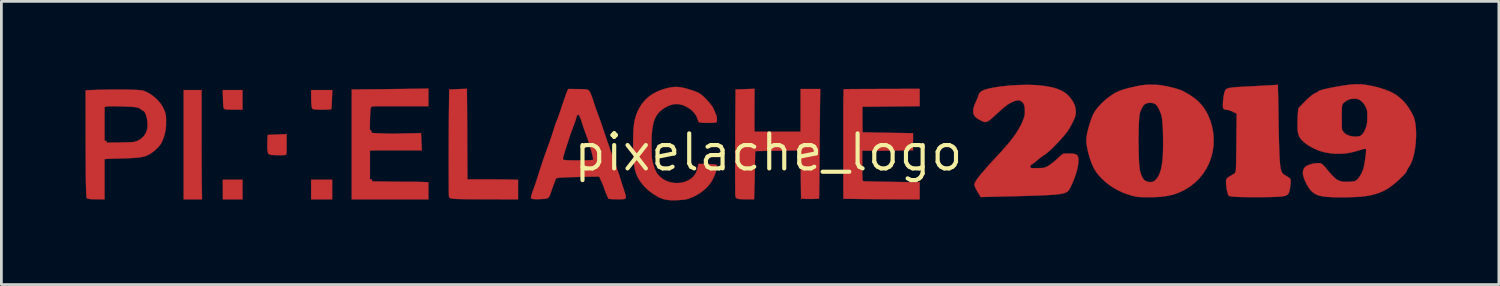
<source format=kicad_pcb>
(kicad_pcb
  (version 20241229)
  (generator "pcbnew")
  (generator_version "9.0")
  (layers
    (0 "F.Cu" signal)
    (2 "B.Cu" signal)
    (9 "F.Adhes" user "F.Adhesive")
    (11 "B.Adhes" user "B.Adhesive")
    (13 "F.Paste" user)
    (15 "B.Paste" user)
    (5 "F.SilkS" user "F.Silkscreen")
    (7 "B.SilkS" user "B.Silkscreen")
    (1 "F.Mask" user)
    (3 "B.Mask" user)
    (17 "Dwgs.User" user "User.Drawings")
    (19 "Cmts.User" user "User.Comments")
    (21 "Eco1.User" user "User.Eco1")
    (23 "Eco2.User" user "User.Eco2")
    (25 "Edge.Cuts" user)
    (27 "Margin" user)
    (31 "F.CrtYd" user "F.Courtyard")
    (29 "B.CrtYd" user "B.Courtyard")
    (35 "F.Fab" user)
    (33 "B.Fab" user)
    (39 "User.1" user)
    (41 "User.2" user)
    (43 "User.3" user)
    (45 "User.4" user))
  (footprint "pixelache_logo"
    (layer "F.Cu")
    (at 24.821 2.478)
    (property "Reference" "pixelache_logo" (at 0 0 0) (layer "F.SilkS") (effects (font (size 1.27 1.27) (thickness 0.15))))
    (attr through_hole)
    (fp_poly (pts (xy -19.075 1.702) (xy -19.787 1.702) (xy -19.787 0.991) (xy -19.075 0.991) (xy -19.075 1.702)) (stroke (width 0.01) (type solid)) (fill yes) (layer "F.Cu"))
    (fp_poly (pts (xy -15.824 1.702) (xy -16.586 1.702) (xy -16.586 0.991) (xy -15.824 0.991) (xy -15.824 1.702)) (stroke (width 0.01) (type solid)) (fill yes) (layer "F.Cu"))
    (fp_poly (pts (xy -20.561 -0.872) (xy -20.561 -0.671) (xy -20.561 -0.468) (xy -20.561 -0.264) (xy -20.56 -0.062) (xy -20.559 0.135) (xy -20.559 0.324) (xy -20.558 0.502) (xy -20.557 0.667) (xy -20.556 0.817) (xy -20.555 0.948) (xy -20.554 1.058) (xy -20.553 1.109) (xy -20.544 1.702) (xy -21.209 1.702) (xy -21.209 -2.261) (xy -20.561 -2.261) (xy -20.561 -0.872)) (stroke (width 0.01) (type solid)) (fill yes) (layer "F.Cu"))
    (fp_poly (pts (xy -19.075 -1.549) (xy -19.352 -1.551) (xy -19.435 -1.552) (xy -19.511 -1.553) (xy -19.576 -1.554) (xy -19.625 -1.556) (xy -19.655 -1.557) (xy -19.66 -1.558) (xy -19.692 -1.564) (xy -19.718 -1.571) (xy -19.739 -1.583) (xy -19.754 -1.603) (xy -19.764 -1.633) (xy -19.772 -1.676) (xy -19.777 -1.734) (xy -19.78 -1.812) (xy -19.782 -1.911) (xy -19.783 -1.959) (xy -19.79 -2.261) (xy -19.075 -2.261) (xy -19.075 -1.549)) (stroke (width 0.01) (type solid)) (fill yes) (layer "F.Cu"))
    (fp_poly (pts (xy -15.829 -1.997) (xy -15.832 -1.911) (xy -15.836 -1.829) (xy -15.839 -1.754) (xy -15.842 -1.694) (xy -15.845 -1.652) (xy -15.845 -1.65) (xy -15.853 -1.566) (xy -15.948 -1.557) (xy -16.003 -1.554) (xy -16.072 -1.552) (xy -16.15 -1.551) (xy -16.231 -1.551) (xy -16.309 -1.552) (xy -16.379 -1.554) (xy -16.436 -1.557) (xy -16.473 -1.561) (xy -16.476 -1.562) (xy -16.513 -1.573) (xy -16.541 -1.587) (xy -16.543 -1.59) (xy -16.555 -1.615) (xy -16.566 -1.663) (xy -16.574 -1.733) (xy -16.58 -1.822) (xy -16.584 -1.928) (xy -16.586 -2.049) (xy -16.586 -2.054) (xy -16.586 -2.261) (xy -15.82 -2.261) (xy -15.829 -1.997)) (stroke (width 0.01) (type solid)) (fill yes) (layer "F.Cu"))
    (fp_poly (pts (xy -17.475 -0.302) (xy -17.475 -0.196) (xy -17.476 -0.113) (xy -17.477 -0.049) (xy -17.478 -0.002) (xy -17.481 0.031) (xy -17.484 0.054) (xy -17.489 0.068) (xy -17.495 0.077) (xy -17.498 0.081) (xy -17.51 0.088) (xy -17.527 0.093) (xy -17.554 0.097) (xy -17.594 0.099) (xy -17.652 0.1) (xy -17.729 0.1) (xy -17.762 0.1) (xy -17.841 0.099) (xy -17.916 0.097) (xy -17.98 0.094) (xy -18.028 0.091) (xy -18.055 0.087) (xy -18.092 0.076) (xy -18.12 0.058) (xy -18.142 0.032) (xy -18.157 -0.007) (xy -18.166 -0.061) (xy -18.172 -0.133) (xy -18.174 -0.227) (xy -18.174 -0.267) (xy -18.173 -0.344) (xy -18.172 -0.42) (xy -18.17 -0.486) (xy -18.167 -0.536) (xy -18.166 -0.555) (xy -18.158 -0.632) (xy -18.023 -0.64) (xy -17.96 -0.643) (xy -17.881 -0.647) (xy -17.794 -0.651) (xy -17.708 -0.654) (xy -17.682 -0.655) (xy -17.475 -0.664) (xy -17.475 -0.302)) (stroke (width 0.01) (type solid)) (fill yes) (layer "F.Cu"))
    (fp_poly (pts (xy -10.937 -2.305) (xy -10.936 -2.292) (xy -10.935 -2.255) (xy -10.935 -2.195) (xy -10.934 -2.115) (xy -10.933 -2.016) (xy -10.932 -1.898) (xy -10.931 -1.764) (xy -10.93 -1.616) (xy -10.929 -1.454) (xy -10.928 -1.28) (xy -10.927 -1.095) (xy -10.926 -0.902) (xy -10.925 -0.701) (xy -10.925 -0.661) (xy -10.918 0.978) (xy -10.287 0.978) (xy -10.15 0.978) (xy -10.011 0.979) (xy -9.874 0.979) (xy -9.742 0.981) (xy -9.62 0.982) (xy -9.512 0.983) (xy -9.422 0.985) (xy -9.368 0.986) (xy -9.081 0.995) (xy -9.081 1.702) (xy -10.106 1.7) (xy -10.27 1.699) (xy -10.431 1.699) (xy -10.586 1.698) (xy -10.732 1.697) (xy -10.868 1.696) (xy -10.99 1.695) (xy -11.097 1.693) (xy -11.187 1.692) (xy -11.256 1.69) (xy -11.303 1.689) (xy -11.31 1.688) (xy -11.389 1.683) (xy -11.456 1.676) (xy -11.507 1.667) (xy -11.534 1.66) (xy -11.562 1.645) (xy -11.577 1.626) (xy -11.585 1.594) (xy -11.587 1.581) (xy -11.588 1.558) (xy -11.59 1.511) (xy -11.591 1.442) (xy -11.592 1.354) (xy -11.593 1.247) (xy -11.593 1.124) (xy -11.594 0.987) (xy -11.594 0.837) (xy -11.595 0.676) (xy -11.595 0.507) (xy -11.595 0.33) (xy -11.595 0.147) (xy -11.595 -0.038) (xy -11.594 -0.226) (xy -11.594 -0.413) (xy -11.593 -0.599) (xy -11.592 -0.78) (xy -11.591 -0.956) (xy -11.59 -1.125) (xy -11.589 -1.284) (xy -11.588 -1.433) (xy -11.587 -1.539) (xy -11.578 -2.282) (xy -11.26 -2.295) (xy -11.172 -2.299) (xy -11.094 -2.302) (xy -11.028 -2.304) (xy -10.977 -2.305) (xy -10.946 -2.305) (xy -10.937 -2.305)) (stroke (width 0.01) (type solid)) (fill yes) (layer "F.Cu"))
    (fp_poly (pts (xy -12.332 -1.676) (xy -13.362 -1.676) (xy -13.547 -1.676) (xy -13.709 -1.676) (xy -13.849 -1.676) (xy -13.968 -1.676) (xy -14.069 -1.675) (xy -14.152 -1.675) (xy -14.22 -1.674) (xy -14.273 -1.673) (xy -14.315 -1.671) (xy -14.346 -1.669) (xy -14.368 -1.667) (xy -14.382 -1.664) (xy -14.391 -1.661) (xy -14.395 -1.657) (xy -14.398 -1.653) (xy -14.398 -1.651) (xy -14.41 -1.63) (xy -14.421 -1.626) (xy -14.427 -1.613) (xy -14.433 -1.577) (xy -14.438 -1.518) (xy -14.443 -1.438) (xy -14.447 -1.338) (xy -14.451 -1.22) (xy -14.453 -1.086) (xy -14.455 -0.997) (xy -14.455 -0.924) (xy -14.455 -0.872) (xy -14.453 -0.838) (xy -14.45 -0.818) (xy -14.444 -0.808) (xy -14.435 -0.804) (xy -14.429 -0.802) (xy -14.41 -0.794) (xy -14.402 -0.771) (xy -14.402 -0.756) (xy -14.399 -0.728) (xy -14.387 -0.714) (xy -14.357 -0.707) (xy -14.354 -0.706) (xy -14.321 -0.702) (xy -14.266 -0.698) (xy -14.195 -0.694) (xy -14.11 -0.69) (xy -14.017 -0.687) (xy -13.92 -0.684) (xy -13.822 -0.681) (xy -13.728 -0.68) (xy -13.643 -0.679) (xy -13.57 -0.679) (xy -13.514 -0.68) (xy -13.513 -0.68) (xy -13.457 -0.681) (xy -13.382 -0.684) (xy -13.291 -0.686) (xy -13.191 -0.688) (xy -13.085 -0.69) (xy -12.98 -0.692) (xy -12.978 -0.692) (xy -12.601 -0.699) (xy -12.593 -0.537) (xy -12.589 -0.456) (xy -12.585 -0.365) (xy -12.58 -0.278) (xy -12.578 -0.225) (xy -12.57 -0.076) (xy -13.472 -0.076) (xy -13.622 -0.076) (xy -13.765 -0.076) (xy -13.9 -0.075) (xy -14.023 -0.075) (xy -14.134 -0.074) (xy -14.229 -0.073) (xy -14.306 -0.072) (xy -14.365 -0.071) (xy -14.401 -0.069) (xy -14.413 -0.068) (xy -14.453 -0.06) (xy -14.453 0.978) (xy -14.415 0.978) (xy -14.387 0.981) (xy -14.378 0.996) (xy -14.376 1.014) (xy -14.376 1.05) (xy -13.841 1.058) (xy -13.71 1.06) (xy -13.572 1.062) (xy -13.434 1.064) (xy -13.299 1.065) (xy -13.174 1.066) (xy -13.064 1.067) (xy -12.973 1.067) (xy -12.973 1.067) (xy -12.873 1.067) (xy -12.772 1.068) (xy -12.676 1.07) (xy -12.589 1.071) (xy -12.519 1.074) (xy -12.486 1.075) (xy -12.332 1.083) (xy -12.332 1.702) (xy -15.113 1.702) (xy -15.113 -2.282) (xy -14.227 -2.29) (xy -14.062 -2.292) (xy -13.89 -2.294) (xy -13.716 -2.296) (xy -13.543 -2.298) (xy -13.377 -2.3) (xy -13.219 -2.302) (xy -13.075 -2.304) (xy -12.948 -2.305) (xy -12.843 -2.307) (xy -12.837 -2.307) (xy -12.332 -2.315) (xy -12.332 -1.676)) (stroke (width 0.01) (type solid)) (fill yes) (layer "F.Cu"))
    (fp_poly (pts (xy 18.483 -2.246) (xy 18.485 -2.184) (xy 18.487 -2.101) (xy 18.49 -2.002) (xy 18.492 -1.891) (xy 18.494 -1.773) (xy 18.496 -1.652) (xy 18.498 -1.556) (xy 18.502 -1.281) (xy 18.506 -1.03) (xy 18.51 -0.803) (xy 18.514 -0.597) (xy 18.518 -0.411) (xy 18.523 -0.245) (xy 18.528 -0.097) (xy 18.533 0.034) (xy 18.538 0.15) (xy 18.544 0.252) (xy 18.55 0.34) (xy 18.557 0.417) (xy 18.564 0.483) (xy 18.572 0.539) (xy 18.581 0.588) (xy 18.591 0.629) (xy 18.601 0.664) (xy 18.622 0.715) (xy 18.651 0.758) (xy 18.693 0.797) (xy 18.752 0.837) (xy 18.793 0.861) (xy 18.857 0.898) (xy 18.901 0.931) (xy 18.928 0.964) (xy 18.942 1.003) (xy 18.945 1.053) (xy 18.944 1.099) (xy 18.936 1.183) (xy 18.924 1.268) (xy 18.91 1.347) (xy 18.894 1.414) (xy 18.877 1.463) (xy 18.873 1.472) (xy 18.851 1.507) (xy 18.824 1.535) (xy 18.788 1.557) (xy 18.74 1.575) (xy 18.678 1.589) (xy 18.599 1.599) (xy 18.501 1.607) (xy 18.38 1.613) (xy 18.377 1.613) (xy 18.282 1.616) (xy 18.168 1.619) (xy 18.04 1.621) (xy 17.902 1.622) (xy 17.758 1.623) (xy 17.612 1.623) (xy 17.468 1.622) (xy 17.332 1.621) (xy 17.207 1.619) (xy 17.097 1.617) (xy 17.006 1.613) (xy 16.979 1.612) (xy 16.884 1.606) (xy 16.812 1.6) (xy 16.758 1.591) (xy 16.721 1.58) (xy 16.696 1.566) (xy 16.681 1.548) (xy 16.678 1.54) (xy 16.651 1.455) (xy 16.628 1.353) (xy 16.611 1.245) (xy 16.601 1.14) (xy 16.599 1.077) (xy 16.601 1.023) (xy 16.609 0.981) (xy 16.628 0.947) (xy 16.659 0.916) (xy 16.707 0.882) (xy 16.766 0.848) (xy 16.833 0.81) (xy 16.881 0.78) (xy 16.914 0.754) (xy 16.935 0.728) (xy 16.947 0.698) (xy 16.954 0.661) (xy 16.957 0.627) (xy 16.959 0.598) (xy 16.96 0.546) (xy 16.962 0.473) (xy 16.964 0.382) (xy 16.966 0.274) (xy 16.968 0.151) (xy 16.97 0.017) (xy 16.972 -0.127) (xy 16.973 -0.279) (xy 16.975 -0.437) (xy 16.975 -0.44) (xy 16.984 -1.408) (xy 16.883 -1.458) (xy 16.781 -1.504) (xy 16.69 -1.535) (xy 16.615 -1.549) (xy 16.596 -1.549) (xy 16.549 -1.557) (xy 16.516 -1.581) (xy 16.501 -1.598) (xy 16.491 -1.618) (xy 16.487 -1.646) (xy 16.485 -1.689) (xy 16.485 -1.723) (xy 16.488 -1.821) (xy 16.496 -1.919) (xy 16.508 -2.014) (xy 16.524 -2.101) (xy 16.543 -2.177) (xy 16.563 -2.237) (xy 16.585 -2.277) (xy 16.591 -2.283) (xy 16.611 -2.3) (xy 16.638 -2.314) (xy 16.675 -2.327) (xy 16.723 -2.338) (xy 16.783 -2.348) (xy 16.859 -2.357) (xy 16.951 -2.366) (xy 17.063 -2.374) (xy 17.195 -2.382) (xy 17.349 -2.39) (xy 17.42 -2.394) (xy 17.621 -2.403) (xy 17.802 -2.412) (xy 17.962 -2.421) (xy 18.099 -2.428) (xy 18.214 -2.435) (xy 18.305 -2.441) (xy 18.372 -2.445) (xy 18.385 -2.446) (xy 18.476 -2.454) (xy 18.483 -2.246)) (stroke (width 0.01) (type solid)) (fill yes) (layer "F.Cu"))
    (fp_poly (pts (xy -0.506 -1.575) (xy -0.507 -1.439) (xy -0.507 -1.311) (xy -0.507 -1.191) (xy -0.507 -1.082) (xy -0.506 -0.987) (xy -0.505 -0.909) (xy -0.504 -0.849) (xy -0.503 -0.811) (xy -0.501 -0.797) (xy -0.492 -0.749) (xy 1.168 -0.749) (xy 1.168 -2.299) (xy 1.879 -2.299) (xy 1.872 -1.737) (xy 1.871 -1.645) (xy 1.87 -1.531) (xy 1.869 -1.397) (xy 1.867 -1.245) (xy 1.866 -1.078) (xy 1.864 -0.898) (xy 1.862 -0.709) (xy 1.861 -0.512) (xy 1.859 -0.31) (xy 1.857 -0.106) (xy 1.855 0.098) (xy 1.854 0.246) (xy 1.853 0.434) (xy 1.851 0.615) (xy 1.849 0.787) (xy 1.847 0.948) (xy 1.846 1.098) (xy 1.844 1.234) (xy 1.842 1.355) (xy 1.841 1.459) (xy 1.839 1.544) (xy 1.838 1.609) (xy 1.836 1.653) (xy 1.835 1.673) (xy 1.835 1.675) (xy 1.819 1.678) (xy 1.783 1.681) (xy 1.73 1.683) (xy 1.666 1.685) (xy 1.594 1.687) (xy 1.518 1.688) (xy 1.445 1.688) (xy 1.377 1.687) (xy 1.32 1.685) (xy 1.277 1.683) (xy 1.275 1.683) (xy 1.185 1.675) (xy 1.175 0.802) (xy 1.174 0.656) (xy 1.172 0.517) (xy 1.171 0.388) (xy 1.169 0.271) (xy 1.168 0.167) (xy 1.166 0.08) (xy 1.165 0.01) (xy 1.164 -0.04) (xy 1.164 -0.068) (xy 1.163 -0.073) (xy 1.15 -0.073) (xy 1.115 -0.073) (xy 1.059 -0.073) (xy 0.985 -0.072) (xy 0.897 -0.071) (xy 0.796 -0.069) (xy 0.685 -0.068) (xy 0.567 -0.066) (xy 0.444 -0.064) (xy 0.319 -0.062) (xy 0.195 -0.06) (xy 0.073 -0.058) (xy -0.042 -0.056) (xy -0.15 -0.054) (xy -0.247 -0.052) (xy -0.33 -0.051) (xy -0.397 -0.049) (xy -0.446 -0.048) (xy -0.473 -0.047) (xy -0.478 -0.047) (xy -0.479 -0.034) (xy -0.48 0.002) (xy -0.482 0.059) (xy -0.483 0.135) (xy -0.485 0.228) (xy -0.488 0.335) (xy -0.49 0.454) (xy -0.492 0.583) (xy -0.495 0.72) (xy -0.495 0.724) (xy -0.498 0.865) (xy -0.5 1.001) (xy -0.503 1.13) (xy -0.506 1.248) (xy -0.508 1.354) (xy -0.511 1.445) (xy -0.513 1.517) (xy -0.515 1.57) (xy -0.516 1.597) (xy -0.523 1.702) (xy -0.766 1.7) (xy -0.847 1.699) (xy -0.923 1.697) (xy -0.99 1.695) (xy -1.041 1.692) (xy -1.071 1.689) (xy -1.128 1.675) (xy -1.165 1.656) (xy -1.186 1.625) (xy -1.197 1.579) (xy -1.198 1.573) (xy -1.2 1.547) (xy -1.201 1.498) (xy -1.202 1.427) (xy -1.203 1.337) (xy -1.204 1.228) (xy -1.205 1.102) (xy -1.205 0.962) (xy -1.206 0.809) (xy -1.206 0.645) (xy -1.206 0.472) (xy -1.206 0.292) (xy -1.206 0.106) (xy -1.206 -0.084) (xy -1.205 -0.276) (xy -1.204 -0.468) (xy -1.204 -0.659) (xy -1.203 -0.846) (xy -1.201 -1.028) (xy -1.2 -1.203) (xy -1.199 -1.369) (xy -1.198 -1.444) (xy -1.19 -2.283) (xy -0.884 -2.294) (xy -0.796 -2.297) (xy -0.715 -2.3) (xy -0.644 -2.302) (xy -0.589 -2.304) (xy -0.552 -2.305) (xy -0.54 -2.305) (xy -0.502 -2.305) (xy -0.506 -1.575)) (stroke (width 0.01) (type solid)) (fill yes) (layer "F.Cu"))
    (fp_poly (pts (xy 5.486 -1.991) (xy 5.486 -1.676) (xy 5.312 -1.675) (xy 5.269 -1.674) (xy 5.203 -1.674) (xy 5.117 -1.673) (xy 5.014 -1.672) (xy 4.896 -1.671) (xy 4.766 -1.67) (xy 4.626 -1.668) (xy 4.479 -1.667) (xy 4.329 -1.666) (xy 4.274 -1.665) (xy 3.41 -1.657) (xy 3.41 -1.198) (xy 3.41 -1.092) (xy 3.411 -0.995) (xy 3.412 -0.909) (xy 3.413 -0.836) (xy 3.414 -0.781) (xy 3.415 -0.745) (xy 3.417 -0.732) (xy 3.43 -0.731) (xy 3.466 -0.729) (xy 3.523 -0.728) (xy 3.598 -0.726) (xy 3.688 -0.724) (xy 3.792 -0.721) (xy 3.906 -0.719) (xy 4.029 -0.717) (xy 4.158 -0.714) (xy 4.29 -0.712) (xy 4.424 -0.709) (xy 4.556 -0.707) (xy 4.684 -0.705) (xy 4.806 -0.703) (xy 4.92 -0.702) (xy 5.022 -0.7) (xy 5.111 -0.699) (xy 5.184 -0.699) (xy 5.21 -0.699) (xy 5.245 -0.699) (xy 5.245 -0.08) (xy 4.9 -0.072) (xy 4.81 -0.07) (xy 4.7 -0.068) (xy 4.574 -0.067) (xy 4.438 -0.066) (xy 4.296 -0.065) (xy 4.154 -0.064) (xy 4.017 -0.064) (xy 3.979 -0.064) (xy 3.404 -0.064) (xy 3.404 0.456) (xy 3.404 0.571) (xy 3.405 0.678) (xy 3.406 0.775) (xy 3.408 0.859) (xy 3.41 0.927) (xy 3.412 0.976) (xy 3.414 1.003) (xy 3.415 1.007) (xy 3.438 1.035) (xy 3.463 1.046) (xy 3.481 1.048) (xy 3.522 1.05) (xy 3.583 1.052) (xy 3.663 1.054) (xy 3.759 1.056) (xy 3.868 1.058) (xy 3.988 1.061) (xy 4.116 1.063) (xy 4.251 1.066) (xy 4.39 1.068) (xy 4.53 1.07) (xy 4.669 1.072) (xy 4.805 1.074) (xy 4.935 1.076) (xy 5.057 1.077) (xy 5.169 1.078) (xy 5.268 1.079) (xy 5.286 1.079) (xy 5.486 1.079) (xy 5.486 1.702) (xy 4.702 1.699) (xy 4.539 1.698) (xy 4.365 1.698) (xy 4.184 1.696) (xy 4.002 1.695) (xy 3.824 1.694) (xy 3.654 1.692) (xy 3.498 1.691) (xy 3.36 1.689) (xy 3.321 1.689) (xy 3.201 1.687) (xy 3.088 1.685) (xy 2.986 1.684) (xy 2.897 1.683) (xy 2.823 1.681) (xy 2.768 1.68) (xy 2.733 1.679) (xy 2.721 1.679) (xy 2.721 1.666) (xy 2.72 1.629) (xy 2.72 1.57) (xy 2.72 1.489) (xy 2.719 1.388) (xy 2.719 1.269) (xy 2.719 1.132) (xy 2.719 0.98) (xy 2.718 0.813) (xy 2.718 0.633) (xy 2.718 0.442) (xy 2.718 0.239) (xy 2.718 0.028) (xy 2.718 -0.191) (xy 2.718 -0.305) (xy 2.718 -0.577) (xy 2.718 -0.825) (xy 2.718 -1.049) (xy 2.718 -1.251) (xy 2.719 -1.432) (xy 2.719 -1.592) (xy 2.72 -1.732) (xy 2.721 -1.855) (xy 2.722 -1.96) (xy 2.723 -2.048) (xy 2.724 -2.121) (xy 2.725 -2.18) (xy 2.727 -2.225) (xy 2.728 -2.258) (xy 2.73 -2.279) (xy 2.732 -2.29) (xy 2.734 -2.292) (xy 2.748 -2.293) (xy 2.787 -2.294) (xy 2.847 -2.295) (xy 2.928 -2.296) (xy 3.027 -2.297) (xy 3.144 -2.297) (xy 3.276 -2.298) (xy 3.422 -2.299) (xy 3.58 -2.3) (xy 3.748 -2.3) (xy 3.925 -2.301) (xy 4.11 -2.302) (xy 4.118 -2.302) (xy 5.486 -2.305) (xy 5.486 -1.991)) (stroke (width 0.01) (type solid)) (fill yes) (layer "F.Cu"))
    (fp_poly (pts (xy -23.489 -2.28) (xy -23.338 -2.279) (xy -23.196 -2.276) (xy -23.066 -2.272) (xy -22.951 -2.267) (xy -22.852 -2.262) (xy -22.773 -2.255) (xy -22.715 -2.248) (xy -22.692 -2.243) (xy -22.577 -2.201) (xy -22.458 -2.14) (xy -22.339 -2.061) (xy -22.226 -1.969) (xy -22.168 -1.912) (xy -22.059 -1.788) (xy -21.974 -1.659) (xy -21.908 -1.521) (xy -21.891 -1.477) (xy -21.876 -1.431) (xy -21.865 -1.39) (xy -21.857 -1.35) (xy -21.852 -1.302) (xy -21.849 -1.241) (xy -21.847 -1.172) (xy -21.85 -0.959) (xy -21.875 -0.761) (xy -21.92 -0.578) (xy -21.985 -0.409) (xy -21.992 -0.394) (xy -22.019 -0.342) (xy -22.045 -0.298) (xy -22.074 -0.258) (xy -22.112 -0.215) (xy -22.162 -0.162) (xy -22.179 -0.145) (xy -22.297 -0.037) (xy -22.416 0.047) (xy -22.536 0.11) (xy -22.578 0.127) (xy -22.639 0.146) (xy -22.712 0.163) (xy -22.8 0.178) (xy -22.905 0.19) (xy -23.027 0.2) (xy -23.17 0.209) (xy -23.334 0.215) (xy -23.521 0.221) (xy -23.578 0.222) (xy -23.673 0.224) (xy -23.765 0.227) (xy -23.848 0.229) (xy -23.918 0.232) (xy -23.971 0.234) (xy -24 0.236) (xy -24.079 0.243) (xy -24.079 1.702) (xy -24.317 1.7) (xy -24.399 1.699) (xy -24.476 1.697) (xy -24.545 1.695) (xy -24.599 1.692) (xy -24.63 1.689) (xy -24.673 1.681) (xy -24.709 1.669) (xy -24.723 1.66) (xy -24.729 1.646) (xy -24.733 1.616) (xy -24.738 1.569) (xy -24.742 1.503) (xy -24.746 1.42) (xy -24.749 1.317) (xy -24.752 1.195) (xy -24.755 1.052) (xy -24.757 0.889) (xy -24.759 0.704) (xy -24.76 0.497) (xy -24.762 0.268) (xy -24.763 0.015) (xy -24.764 -0.261) (xy -24.764 -0.562) (xy -24.764 -0.802) (xy -24.765 -1.651) (xy -24.079 -1.651) (xy -24.079 -0.419) (xy -24.041 -0.419) (xy -24.014 -0.416) (xy -24.004 -0.401) (xy -24.003 -0.386) (xy -24.003 -0.353) (xy -23.536 -0.359) (xy -23.418 -0.361) (xy -23.309 -0.364) (xy -23.212 -0.367) (xy -23.13 -0.37) (xy -23.065 -0.374) (xy -23.022 -0.378) (xy -23.006 -0.38) (xy -22.889 -0.418) (xy -22.784 -0.475) (xy -22.693 -0.55) (xy -22.618 -0.639) (xy -22.563 -0.74) (xy -22.53 -0.85) (xy -22.52 -0.93) (xy -22.519 -1.017) (xy -22.524 -1.108) (xy -22.536 -1.198) (xy -22.554 -1.284) (xy -22.577 -1.361) (xy -22.603 -1.426) (xy -22.633 -1.474) (xy -22.665 -1.502) (xy -22.673 -1.506) (xy -22.698 -1.518) (xy -22.733 -1.542) (xy -22.758 -1.562) (xy -22.795 -1.59) (xy -22.832 -1.61) (xy -22.873 -1.625) (xy -22.926 -1.636) (xy -22.994 -1.645) (xy -23.05 -1.65) (xy -23.117 -1.655) (xy -23.196 -1.659) (xy -23.286 -1.663) (xy -23.382 -1.666) (xy -23.482 -1.669) (xy -23.582 -1.671) (xy -23.679 -1.673) (xy -23.769 -1.673) (xy -23.849 -1.673) (xy -23.917 -1.672) (xy -23.968 -1.671) (xy -23.999 -1.668) (xy -24.008 -1.665) (xy -24.027 -1.654) (xy -24.048 -1.651) (xy -24.079 -1.651) (xy -24.765 -1.651) (xy -24.765 -2.245) (xy -24.726 -2.253) (xy -24.705 -2.254) (xy -24.662 -2.257) (xy -24.599 -2.26) (xy -24.519 -2.263) (xy -24.426 -2.266) (xy -24.321 -2.269) (xy -24.208 -2.272) (xy -24.145 -2.274) (xy -23.979 -2.277) (xy -23.812 -2.28) (xy -23.648 -2.28) (xy -23.489 -2.28)) (stroke (width 0.01) (type solid)) (fill yes) (layer "F.Cu"))
    (fp_poly (pts (xy 13.975 -2.455) (xy 14.079 -2.451) (xy 14.17 -2.443) (xy 14.199 -2.44) (xy 14.343 -2.417) (xy 14.489 -2.389) (xy 14.633 -2.356) (xy 14.768 -2.321) (xy 14.889 -2.284) (xy 14.988 -2.247) (xy 15.03 -2.227) (xy 15.088 -2.197) (xy 15.155 -2.159) (xy 15.227 -2.117) (xy 15.278 -2.086) (xy 15.438 -1.977) (xy 15.577 -1.863) (xy 15.696 -1.74) (xy 15.801 -1.604) (xy 15.894 -1.452) (xy 15.94 -1.363) (xy 16.027 -1.154) (xy 16.092 -0.939) (xy 16.133 -0.719) (xy 16.151 -0.496) (xy 16.146 -0.274) (xy 16.117 -0.054) (xy 16.066 0.162) (xy 15.991 0.372) (xy 15.893 0.572) (xy 15.892 0.575) (xy 15.772 0.764) (xy 15.633 0.936) (xy 15.475 1.092) (xy 15.299 1.23) (xy 15.108 1.351) (xy 14.9 1.452) (xy 14.746 1.511) (xy 14.653 1.538) (xy 14.539 1.563) (xy 14.41 1.586) (xy 14.271 1.604) (xy 14.186 1.612) (xy 14.125 1.617) (xy 14.048 1.62) (xy 13.958 1.622) (xy 13.862 1.623) (xy 13.762 1.624) (xy 13.665 1.623) (xy 13.574 1.622) (xy 13.494 1.619) (xy 13.43 1.616) (xy 13.387 1.612) (xy 13.386 1.612) (xy 13.262 1.588) (xy 13.126 1.551) (xy 12.985 1.505) (xy 12.846 1.451) (xy 12.716 1.392) (xy 12.707 1.388) (xy 12.52 1.285) (xy 12.352 1.172) (xy 12.195 1.045) (xy 12.062 0.917) (xy 11.972 0.817) (xy 11.894 0.718) (xy 11.828 0.613) (xy 11.769 0.499) (xy 11.715 0.371) (xy 11.665 0.225) (xy 11.641 0.146) (xy 11.598 -0.007) (xy 11.567 -0.142) (xy 11.546 -0.261) (xy 11.535 -0.369) (xy 11.533 -0.469) (xy 11.534 -0.483) (xy 13.425 -0.483) (xy 13.425 -0.328) (xy 13.427 -0.173) (xy 13.429 -0.022) (xy 13.433 0.122) (xy 13.438 0.256) (xy 13.445 0.378) (xy 13.453 0.484) (xy 13.462 0.573) (xy 13.468 0.62) (xy 13.49 0.721) (xy 13.521 0.815) (xy 13.559 0.899) (xy 13.602 0.967) (xy 13.647 1.015) (xy 13.66 1.024) (xy 13.74 1.062) (xy 13.827 1.078) (xy 13.916 1.071) (xy 13.935 1.066) (xy 13.994 1.038) (xy 14.052 0.989) (xy 14.107 0.921) (xy 14.156 0.84) (xy 14.197 0.748) (xy 14.204 0.727) (xy 14.233 0.632) (xy 14.257 0.533) (xy 14.276 0.426) (xy 14.291 0.31) (xy 14.303 0.18) (xy 14.311 0.035) (xy 14.315 -0.13) (xy 14.317 -0.316) (xy 14.317 -0.362) (xy 14.315 -0.567) (xy 14.311 -0.752) (xy 14.305 -0.915) (xy 14.296 -1.056) (xy 14.285 -1.173) (xy 14.272 -1.266) (xy 14.267 -1.292) (xy 14.246 -1.373) (xy 14.215 -1.46) (xy 14.177 -1.547) (xy 14.135 -1.627) (xy 14.093 -1.693) (xy 14.067 -1.725) (xy 14.033 -1.756) (xy 13.992 -1.777) (xy 13.938 -1.79) (xy 13.885 -1.797) (xy 13.787 -1.797) (xy 13.704 -1.776) (xy 13.636 -1.734) (xy 13.62 -1.72) (xy 13.584 -1.674) (xy 13.547 -1.611) (xy 13.512 -1.537) (xy 13.484 -1.461) (xy 13.469 -1.406) (xy 13.459 -1.349) (xy 13.45 -1.269) (xy 13.443 -1.17) (xy 13.437 -1.054) (xy 13.432 -0.925) (xy 13.428 -0.784) (xy 13.426 -0.636) (xy 13.425 -0.483) (xy 11.534 -0.483) (xy 11.541 -0.565) (xy 11.544 -0.585) (xy 11.563 -0.693) (xy 11.591 -0.815) (xy 11.627 -0.947) (xy 11.667 -1.079) (xy 11.71 -1.205) (xy 11.753 -1.318) (xy 11.776 -1.372) (xy 11.831 -1.471) (xy 11.905 -1.577) (xy 11.997 -1.685) (xy 12.101 -1.794) (xy 12.214 -1.898) (xy 12.334 -1.995) (xy 12.456 -2.083) (xy 12.576 -2.157) (xy 12.692 -2.214) (xy 12.695 -2.215) (xy 12.803 -2.256) (xy 12.931 -2.297) (xy 13.074 -2.336) (xy 13.227 -2.373) (xy 13.384 -2.406) (xy 13.541 -2.434) (xy 13.583 -2.44) (xy 13.662 -2.449) (xy 13.759 -2.454) (xy 13.865 -2.456) (xy 13.975 -2.455)) (stroke (width 0.01) (type solid)) (fill yes) (layer "F.Cu"))
    (fp_poly (pts (xy -3.257 -2.371) (xy -3.148 -2.355) (xy -3.092 -2.344) (xy -2.994 -2.319) (xy -2.891 -2.291) (xy -2.789 -2.259) (xy -2.694 -2.226) (xy -2.611 -2.194) (xy -2.544 -2.164) (xy -2.514 -2.149) (xy -2.442 -2.099) (xy -2.362 -2.032) (xy -2.278 -1.952) (xy -2.195 -1.863) (xy -2.116 -1.771) (xy -2.047 -1.679) (xy -2.028 -1.651) (xy -1.999 -1.601) (xy -1.971 -1.541) (xy -1.951 -1.491) (xy -1.933 -1.441) (xy -1.914 -1.396) (xy -1.898 -1.366) (xy -1.897 -1.365) (xy -1.883 -1.333) (xy -1.874 -1.283) (xy -1.869 -1.219) (xy -1.867 -1.175) (xy -1.868 -1.141) (xy -1.873 -1.116) (xy -1.887 -1.097) (xy -1.911 -1.085) (xy -1.949 -1.078) (xy -2.003 -1.075) (xy -2.076 -1.073) (xy -2.171 -1.073) (xy -2.199 -1.073) (xy -2.3 -1.073) (xy -2.378 -1.075) (xy -2.437 -1.079) (xy -2.481 -1.086) (xy -2.511 -1.098) (xy -2.532 -1.116) (xy -2.547 -1.141) (xy -2.559 -1.174) (xy -2.568 -1.205) (xy -2.611 -1.317) (xy -2.679 -1.421) (xy -2.769 -1.516) (xy -2.851 -1.581) (xy -2.982 -1.662) (xy -3.11 -1.718) (xy -3.238 -1.749) (xy -3.365 -1.755) (xy -3.493 -1.736) (xy -3.623 -1.692) (xy -3.755 -1.623) (xy -3.867 -1.546) (xy -3.943 -1.482) (xy -4.009 -1.409) (xy -4.066 -1.326) (xy -4.114 -1.232) (xy -4.154 -1.125) (xy -4.185 -1.003) (xy -4.209 -0.864) (xy -4.226 -0.708) (xy -4.236 -0.531) (xy -4.24 -0.333) (xy -4.238 -0.127) (xy -4.236 -0.013) (xy -4.233 0.081) (xy -4.229 0.157) (xy -4.223 0.222) (xy -4.216 0.278) (xy -4.205 0.332) (xy -4.19 0.386) (xy -4.172 0.446) (xy -4.149 0.514) (xy -4.12 0.597) (xy -4.093 0.661) (xy -4.067 0.714) (xy -4.036 0.762) (xy -3.999 0.811) (xy -3.994 0.817) (xy -3.904 0.909) (xy -3.801 0.984) (xy -3.686 1.042) (xy -3.564 1.083) (xy -3.437 1.106) (xy -3.308 1.113) (xy -3.181 1.103) (xy -3.057 1.076) (xy -2.941 1.032) (xy -2.834 0.972) (xy -2.741 0.895) (xy -2.664 0.801) (xy -2.656 0.79) (xy -2.621 0.723) (xy -2.589 0.636) (xy -2.562 0.538) (xy -2.552 0.49) (xy -2.537 0.415) (xy -2.236 0.423) (xy -2.126 0.426) (xy -2.039 0.43) (xy -1.973 0.435) (xy -1.925 0.441) (xy -1.893 0.448) (xy -1.874 0.458) (xy -1.866 0.469) (xy -1.866 0.473) (xy -1.868 0.539) (xy -1.883 0.621) (xy -1.91 0.714) (xy -1.945 0.813) (xy -1.989 0.913) (xy -2.037 1.009) (xy -2.09 1.097) (xy -2.096 1.106) (xy -2.188 1.222) (xy -2.301 1.333) (xy -2.43 1.437) (xy -2.574 1.53) (xy -2.726 1.61) (xy -2.884 1.673) (xy -2.893 1.676) (xy -2.941 1.691) (xy -2.985 1.703) (xy -3.032 1.711) (xy -3.088 1.718) (xy -3.158 1.723) (xy -3.222 1.727) (xy -3.305 1.732) (xy -3.369 1.735) (xy -3.42 1.737) (xy -3.462 1.737) (xy -3.503 1.736) (xy -3.548 1.733) (xy -3.602 1.728) (xy -3.626 1.726) (xy -3.735 1.711) (xy -3.836 1.684) (xy -3.939 1.643) (xy -4.016 1.603) (xy -4.191 1.498) (xy -4.344 1.383) (xy -4.481 1.255) (xy -4.604 1.11) (xy -4.641 1.06) (xy -4.696 0.978) (xy -4.743 0.893) (xy -4.783 0.803) (xy -4.817 0.705) (xy -4.845 0.598) (xy -4.867 0.479) (xy -4.883 0.346) (xy -4.895 0.195) (xy -4.903 0.026) (xy -4.907 -0.164) (xy -4.908 -0.305) (xy -4.906 -0.495) (xy -4.902 -0.662) (xy -4.895 -0.81) (xy -4.884 -0.941) (xy -4.869 -1.058) (xy -4.85 -1.163) (xy -4.827 -1.259) (xy -4.798 -1.35) (xy -4.774 -1.416) (xy -4.69 -1.596) (xy -4.589 -1.757) (xy -4.47 -1.9) (xy -4.334 -2.024) (xy -4.181 -2.13) (xy -4.01 -2.218) (xy -3.848 -2.279) (xy -3.706 -2.321) (xy -3.581 -2.351) (xy -3.468 -2.369) (xy -3.362 -2.376) (xy -3.257 -2.371)) (stroke (width 0.01) (type solid)) (fill yes) (layer "F.Cu"))
    (fp_poly (pts (xy 9.521 -2.448) (xy 9.676 -2.442) (xy 9.735 -2.438) (xy 9.952 -2.417) (xy 10.147 -2.388) (xy 10.32 -2.351) (xy 10.473 -2.306) (xy 10.606 -2.251) (xy 10.722 -2.188) (xy 10.82 -2.114) (xy 10.859 -2.078) (xy 10.967 -1.958) (xy 11.05 -1.835) (xy 11.109 -1.71) (xy 11.143 -1.584) (xy 11.152 -1.456) (xy 11.137 -1.335) (xy 11.123 -1.291) (xy 11.099 -1.23) (xy 11.066 -1.157) (xy 11.027 -1.077) (xy 10.985 -0.995) (xy 10.942 -0.916) (xy 10.9 -0.845) (xy 10.862 -0.786) (xy 10.847 -0.764) (xy 10.782 -0.681) (xy 10.708 -0.591) (xy 10.626 -0.498) (xy 10.54 -0.403) (xy 10.452 -0.309) (xy 10.363 -0.218) (xy 10.278 -0.134) (xy 10.197 -0.059) (xy 10.125 0.005) (xy 10.062 0.056) (xy 10.013 0.089) (xy 10.001 0.096) (xy 9.968 0.116) (xy 9.921 0.149) (xy 9.866 0.19) (xy 9.808 0.237) (xy 9.785 0.256) (xy 9.726 0.305) (xy 9.668 0.351) (xy 9.617 0.391) (xy 9.577 0.42) (xy 9.566 0.427) (xy 9.529 0.453) (xy 9.509 0.473) (xy 9.501 0.494) (xy 9.5 0.514) (xy 9.501 0.534) (xy 9.506 0.549) (xy 9.519 0.56) (xy 9.542 0.566) (xy 9.579 0.57) (xy 9.633 0.571) (xy 9.707 0.571) (xy 9.782 0.569) (xy 9.863 0.567) (xy 9.923 0.564) (xy 9.968 0.561) (xy 10.002 0.556) (xy 10.029 0.548) (xy 10.056 0.538) (xy 10.071 0.531) (xy 10.145 0.491) (xy 10.231 0.434) (xy 10.324 0.364) (xy 10.42 0.283) (xy 10.509 0.202) (xy 10.583 0.134) (xy 10.641 0.086) (xy 10.684 0.057) (xy 10.699 0.051) (xy 10.736 0.044) (xy 10.792 0.04) (xy 10.869 0.04) (xy 10.921 0.041) (xy 11.017 0.046) (xy 11.091 0.055) (xy 11.146 0.07) (xy 11.186 0.092) (xy 11.212 0.123) (xy 11.23 0.165) (xy 11.24 0.211) (xy 11.246 0.301) (xy 11.238 0.41) (xy 11.218 0.533) (xy 11.186 0.669) (xy 11.143 0.812) (xy 11.089 0.961) (xy 11.026 1.113) (xy 10.979 1.215) (xy 10.94 1.292) (xy 10.907 1.35) (xy 10.875 1.393) (xy 10.842 1.423) (xy 10.804 1.447) (xy 10.756 1.467) (xy 10.737 1.473) (xy 10.703 1.484) (xy 10.662 1.494) (xy 10.616 1.503) (xy 10.561 1.512) (xy 10.497 1.52) (xy 10.423 1.528) (xy 10.337 1.535) (xy 10.239 1.541) (xy 10.126 1.548) (xy 9.999 1.554) (xy 9.855 1.56) (xy 9.693 1.566) (xy 9.513 1.572) (xy 9.313 1.578) (xy 9.091 1.584) (xy 8.847 1.59) (xy 8.58 1.597) (xy 8.445 1.6) (xy 8.325 1.603) (xy 8.208 1.606) (xy 8.1 1.608) (xy 8.003 1.611) (xy 7.92 1.613) (xy 7.855 1.615) (xy 7.81 1.616) (xy 7.793 1.617) (xy 7.706 1.62) (xy 7.661 1.55) (xy 7.608 1.465) (xy 7.561 1.384) (xy 7.523 1.312) (xy 7.495 1.252) (xy 7.48 1.213) (xy 7.473 1.181) (xy 7.472 1.156) (xy 7.479 1.128) (xy 7.496 1.09) (xy 7.503 1.076) (xy 7.533 1.023) (xy 7.577 0.958) (xy 7.636 0.88) (xy 7.71 0.788) (xy 7.8 0.682) (xy 7.906 0.56) (xy 8.029 0.423) (xy 8.169 0.27) (xy 8.326 0.102) (xy 8.494 -0.082) (xy 8.643 -0.252) (xy 8.775 -0.41) (xy 8.889 -0.558) (xy 8.988 -0.699) (xy 9.073 -0.832) (xy 9.144 -0.961) (xy 9.204 -1.087) (xy 9.253 -1.211) (xy 9.26 -1.232) (xy 9.279 -1.29) (xy 9.291 -1.337) (xy 9.298 -1.383) (xy 9.301 -1.437) (xy 9.302 -1.499) (xy 9.299 -1.599) (xy 9.288 -1.678) (xy 9.268 -1.742) (xy 9.238 -1.795) (xy 9.216 -1.821) (xy 9.164 -1.863) (xy 9.103 -1.885) (xy 9.032 -1.887) (xy 8.949 -1.87) (xy 8.852 -1.833) (xy 8.82 -1.818) (xy 8.746 -1.778) (xy 8.669 -1.728) (xy 8.586 -1.667) (xy 8.494 -1.591) (xy 8.39 -1.499) (xy 8.318 -1.432) (xy 8.221 -1.342) (xy 8.139 -1.268) (xy 8.071 -1.21) (xy 8.014 -1.166) (xy 7.967 -1.135) (xy 7.926 -1.115) (xy 7.891 -1.105) (xy 7.859 -1.103) (xy 7.834 -1.107) (xy 7.783 -1.123) (xy 7.721 -1.15) (xy 7.654 -1.185) (xy 7.592 -1.221) (xy 7.542 -1.256) (xy 7.53 -1.266) (xy 7.475 -1.326) (xy 7.442 -1.39) (xy 7.429 -1.465) (xy 7.428 -1.497) (xy 7.43 -1.545) (xy 7.439 -1.597) (xy 7.455 -1.654) (xy 7.479 -1.723) (xy 7.513 -1.806) (xy 7.554 -1.899) (xy 7.58 -1.958) (xy 7.602 -2.013) (xy 7.618 -2.058) (xy 7.625 -2.084) (xy 7.646 -2.134) (xy 7.687 -2.183) (xy 7.746 -2.227) (xy 7.774 -2.242) (xy 7.848 -2.273) (xy 7.945 -2.302) (xy 8.061 -2.33) (xy 8.195 -2.355) (xy 8.342 -2.378) (xy 8.5 -2.398) (xy 8.666 -2.416) (xy 8.838 -2.43) (xy 9.012 -2.44) (xy 9.186 -2.447) (xy 9.357 -2.45) (xy 9.521 -2.448)) (stroke (width 0.01) (type solid)) (fill yes) (layer "F.Cu"))
    (fp_poly (pts (xy -6.929 -2.297) (xy -6.827 -2.295) (xy -6.747 -2.294) (xy -6.686 -2.292) (xy -6.641 -2.289) (xy -6.607 -2.285) (xy -6.582 -2.28) (xy -6.563 -2.274) (xy -6.547 -2.267) (xy -6.526 -2.255) (xy -6.508 -2.239) (xy -6.49 -2.217) (xy -6.472 -2.187) (xy -6.452 -2.145) (xy -6.429 -2.09) (xy -6.403 -2.019) (xy -6.372 -1.93) (xy -6.335 -1.819) (xy -6.318 -1.765) (xy -6.287 -1.673) (xy -6.257 -1.586) (xy -6.23 -1.507) (xy -6.206 -1.44) (xy -6.187 -1.389) (xy -6.175 -1.359) (xy -6.163 -1.33) (xy -6.144 -1.28) (xy -6.12 -1.214) (xy -6.092 -1.133) (xy -6.061 -1.042) (xy -6.027 -0.945) (xy -6.007 -0.883) (xy -5.966 -0.764) (xy -5.922 -0.633) (xy -5.874 -0.493) (xy -5.824 -0.347) (xy -5.773 -0.2) (xy -5.722 -0.053) (xy -5.672 0.09) (xy -5.624 0.226) (xy -5.579 0.352) (xy -5.539 0.465) (xy -5.504 0.56) (xy -5.477 0.636) (xy -5.468 0.658) (xy -5.444 0.725) (xy -5.421 0.792) (xy -5.402 0.851) (xy -5.39 0.893) (xy -5.38 0.927) (xy -5.364 0.981) (xy -5.342 1.05) (xy -5.316 1.13) (xy -5.288 1.216) (xy -5.269 1.272) (xy -5.233 1.379) (xy -5.206 1.465) (xy -5.186 1.532) (xy -5.175 1.583) (xy -5.171 1.621) (xy -5.175 1.647) (xy -5.185 1.666) (xy -5.202 1.678) (xy -5.22 1.685) (xy -5.257 1.693) (xy -5.315 1.698) (xy -5.391 1.7) (xy -5.479 1.701) (xy -5.576 1.698) (xy -5.667 1.694) (xy -5.8 1.685) (xy -5.871 1.524) (xy -5.9 1.455) (xy -5.928 1.385) (xy -5.952 1.32) (xy -5.968 1.271) (xy -5.969 1.269) (xy -5.986 1.219) (xy -6.011 1.156) (xy -6.04 1.086) (xy -6.068 1.026) (xy -6.139 0.876) (xy -6.571 0.883) (xy -6.76 0.887) (xy -6.935 0.891) (xy -7.095 0.895) (xy -7.237 0.9) (xy -7.362 0.905) (xy -7.466 0.91) (xy -7.55 0.916) (xy -7.611 0.922) (xy -7.648 0.927) (xy -7.649 0.928) (xy -7.686 0.94) (xy -7.708 0.956) (xy -7.722 0.985) (xy -7.726 0.995) (xy -7.738 1.028) (xy -7.756 1.077) (xy -7.778 1.137) (xy -7.802 1.2) (xy -7.828 1.272) (xy -7.855 1.347) (xy -7.878 1.417) (xy -7.893 1.464) (xy -7.924 1.55) (xy -7.96 1.613) (xy -8.003 1.655) (xy -8.05 1.675) (xy -8.084 1.681) (xy -8.137 1.686) (xy -8.204 1.69) (xy -8.277 1.693) (xy -8.352 1.695) (xy -8.422 1.696) (xy -8.481 1.695) (xy -8.522 1.692) (xy -8.53 1.691) (xy -8.575 1.681) (xy -8.602 1.667) (xy -8.612 1.643) (xy -8.608 1.606) (xy -8.597 1.561) (xy -8.585 1.521) (xy -8.566 1.463) (xy -8.542 1.392) (xy -8.514 1.313) (xy -8.485 1.231) (xy -8.482 1.222) (xy -8.449 1.129) (xy -8.414 1.028) (xy -8.381 0.926) (xy -8.351 0.833) (xy -8.331 0.768) (xy -8.288 0.631) (xy -8.238 0.476) (xy -8.181 0.308) (xy -8.151 0.22) (xy -7.454 0.22) (xy -7.453 0.224) (xy -7.446 0.245) (xy -7.448 0.253) (xy -7.442 0.263) (xy -7.412 0.272) (xy -7.357 0.28) (xy -7.309 0.283) (xy -7.264 0.285) (xy -7.199 0.287) (xy -7.119 0.288) (xy -7.029 0.289) (xy -6.932 0.289) (xy -6.834 0.289) (xy -6.738 0.288) (xy -6.649 0.287) (xy -6.571 0.286) (xy -6.509 0.284) (xy -6.467 0.282) (xy -6.462 0.281) (xy -6.414 0.276) (xy -6.377 0.27) (xy -6.357 0.265) (xy -6.356 0.264) (xy -6.354 0.247) (xy -6.36 0.209) (xy -6.371 0.153) (xy -6.388 0.083) (xy -6.41 0.001) (xy -6.434 -0.09) (xy -6.462 -0.185) (xy -6.491 -0.283) (xy -6.521 -0.38) (xy -6.551 -0.472) (xy -6.58 -0.558) (xy -6.607 -0.633) (xy -6.623 -0.675) (xy -6.647 -0.737) (xy -6.675 -0.816) (xy -6.705 -0.902) (xy -6.733 -0.988) (xy -6.744 -1.025) (xy -6.781 -1.139) (xy -6.813 -1.229) (xy -6.841 -1.297) (xy -6.865 -1.341) (xy -6.887 -1.365) (xy -6.892 -1.368) (xy -6.917 -1.365) (xy -6.94 -1.338) (xy -6.962 -1.286) (xy -6.978 -1.225) (xy -6.993 -1.172) (xy -7.014 -1.106) (xy -7.04 -1.036) (xy -7.057 -0.993) (xy -7.078 -0.94) (xy -7.104 -0.872) (xy -7.133 -0.789) (xy -7.166 -0.697) (xy -7.2 -0.597) (xy -7.236 -0.491) (xy -7.271 -0.384) (xy -7.306 -0.277) (xy -7.339 -0.174) (xy -7.37 -0.077) (xy -7.397 0.012) (xy -7.42 0.088) (xy -7.438 0.15) (xy -7.449 0.195) (xy -7.454 0.22) (xy -8.151 0.22) (xy -8.121 0.133) (xy -8.058 -0.044) (xy -7.995 -0.218) (xy -7.988 -0.235) (xy -7.953 -0.332) (xy -7.915 -0.438) (xy -7.878 -0.547) (xy -7.844 -0.648) (xy -7.818 -0.731) (xy -7.784 -0.839) (xy -7.755 -0.927) (xy -7.732 -0.998) (xy -7.712 -1.056) (xy -7.693 -1.105) (xy -7.676 -1.147) (xy -7.661 -1.181) (xy -7.649 -1.21) (xy -7.631 -1.259) (xy -7.608 -1.326) (xy -7.58 -1.407) (xy -7.548 -1.498) (xy -7.515 -1.598) (xy -7.487 -1.683) (xy -7.452 -1.787) (xy -7.418 -1.888) (xy -7.385 -1.981) (xy -7.356 -2.064) (xy -7.331 -2.133) (xy -7.312 -2.183) (xy -7.302 -2.208) (xy -7.26 -2.301) (xy -6.929 -2.297)) (stroke (width 0.01) (type solid)) (fill yes) (layer "F.Cu"))
    (fp_poly (pts (xy 21.459 -2.47) (xy 21.56 -2.463) (xy 21.665 -2.45) (xy 21.741 -2.438) (xy 21.903 -2.408) (xy 22.064 -2.37) (xy 22.22 -2.325) (xy 22.368 -2.276) (xy 22.504 -2.224) (xy 22.624 -2.168) (xy 22.725 -2.112) (xy 22.779 -2.075) (xy 22.879 -1.998) (xy 22.961 -1.928) (xy 23.03 -1.862) (xy 23.092 -1.794) (xy 23.15 -1.72) (xy 23.21 -1.635) (xy 23.212 -1.632) (xy 23.27 -1.541) (xy 23.323 -1.45) (xy 23.368 -1.364) (xy 23.403 -1.29) (xy 23.411 -1.27) (xy 23.443 -1.161) (xy 23.467 -1.033) (xy 23.483 -0.889) (xy 23.491 -0.733) (xy 23.491 -0.57) (xy 23.483 -0.403) (xy 23.467 -0.237) (xy 23.443 -0.075) (xy 23.412 0.078) (xy 23.388 0.167) (xy 23.359 0.261) (xy 23.333 0.337) (xy 23.305 0.401) (xy 23.273 0.461) (xy 23.234 0.522) (xy 23.204 0.571) (xy 23.178 0.616) (xy 23.162 0.65) (xy 23.158 0.661) (xy 23.143 0.695) (xy 23.109 0.742) (xy 23.061 0.799) (xy 23 0.863) (xy 22.929 0.933) (xy 22.852 1.005) (xy 22.77 1.077) (xy 22.687 1.147) (xy 22.605 1.212) (xy 22.527 1.269) (xy 22.456 1.316) (xy 22.441 1.325) (xy 22.296 1.403) (xy 22.144 1.468) (xy 21.982 1.52) (xy 21.807 1.561) (xy 21.616 1.591) (xy 21.407 1.611) (xy 21.215 1.62) (xy 21.134 1.622) (xy 21.055 1.624) (xy 20.983 1.627) (xy 20.926 1.629) (xy 20.898 1.63) (xy 20.859 1.63) (xy 20.8 1.63) (xy 20.726 1.63) (xy 20.641 1.628) (xy 20.551 1.626) (xy 20.504 1.625) (xy 20.346 1.618) (xy 20.21 1.607) (xy 20.093 1.592) (xy 19.993 1.57) (xy 19.908 1.543) (xy 19.833 1.507) (xy 19.767 1.463) (xy 19.706 1.411) (xy 19.674 1.378) (xy 19.613 1.301) (xy 19.553 1.206) (xy 19.497 1.101) (xy 19.448 0.993) (xy 19.411 0.889) (xy 19.392 0.815) (xy 19.385 0.722) (xy 19.4 0.639) (xy 19.436 0.567) (xy 19.494 0.508) (xy 19.544 0.477) (xy 19.608 0.45) (xy 19.684 0.427) (xy 19.766 0.408) (xy 19.847 0.394) (xy 19.922 0.387) (xy 19.984 0.388) (xy 20.012 0.393) (xy 20.043 0.403) (xy 20.072 0.418) (xy 20.103 0.441) (xy 20.138 0.475) (xy 20.18 0.521) (xy 20.233 0.583) (xy 20.28 0.641) (xy 20.369 0.747) (xy 20.447 0.834) (xy 20.517 0.904) (xy 20.582 0.958) (xy 20.644 0.999) (xy 20.706 1.029) (xy 20.771 1.05) (xy 20.792 1.055) (xy 20.844 1.062) (xy 20.91 1.066) (xy 20.986 1.067) (xy 21.065 1.065) (xy 21.141 1.06) (xy 21.209 1.053) (xy 21.263 1.044) (xy 21.293 1.034) (xy 21.341 1) (xy 21.393 0.946) (xy 21.445 0.876) (xy 21.494 0.796) (xy 21.537 0.709) (xy 21.571 0.62) (xy 21.576 0.605) (xy 21.591 0.55) (xy 21.606 0.479) (xy 21.621 0.398) (xy 21.636 0.311) (xy 21.649 0.222) (xy 21.661 0.135) (xy 21.67 0.054) (xy 21.676 -0.016) (xy 21.679 -0.072) (xy 21.677 -0.109) (xy 21.675 -0.118) (xy 21.664 -0.128) (xy 21.639 -0.13) (xy 21.597 -0.124) (xy 21.537 -0.109) (xy 21.457 -0.086) (xy 21.405 -0.07) (xy 21.235 -0.021) (xy 21.078 0.014) (xy 20.926 0.037) (xy 20.773 0.048) (xy 20.611 0.048) (xy 20.561 0.047) (xy 20.37 0.031) (xy 20.191 -0.001) (xy 20.016 -0.05) (xy 20.009 -0.052) (xy 19.873 -0.104) (xy 19.742 -0.165) (xy 19.62 -0.233) (xy 19.509 -0.307) (xy 19.413 -0.384) (xy 19.334 -0.463) (xy 19.275 -0.54) (xy 19.254 -0.578) (xy 19.226 -0.652) (xy 19.206 -0.737) (xy 19.195 -0.837) (xy 19.19 -0.957) (xy 19.19 -0.978) (xy 19.191 -1.075) (xy 19.194 -1.174) (xy 19.197 -1.272) (xy 19.203 -1.363) (xy 19.204 -1.379) (xy 20.796 -1.379) (xy 20.796 -1.276) (xy 20.797 -1.174) (xy 20.797 -1.079) (xy 20.799 -0.993) (xy 20.8 -0.922) (xy 20.802 -0.867) (xy 20.805 -0.832) (xy 20.806 -0.822) (xy 20.826 -0.783) (xy 20.861 -0.738) (xy 20.907 -0.693) (xy 20.956 -0.656) (xy 20.983 -0.64) (xy 21.091 -0.598) (xy 21.208 -0.576) (xy 21.329 -0.573) (xy 21.425 -0.585) (xy 21.482 -0.606) (xy 21.532 -0.643) (xy 21.577 -0.698) (xy 21.621 -0.776) (xy 21.629 -0.793) (xy 21.662 -0.869) (xy 21.686 -0.937) (xy 21.704 -1.003) (xy 21.715 -1.074) (xy 21.721 -1.156) (xy 21.723 -1.256) (xy 21.723 -1.289) (xy 21.723 -1.37) (xy 21.722 -1.431) (xy 21.719 -1.477) (xy 21.714 -1.513) (xy 21.707 -1.545) (xy 21.697 -1.576) (xy 21.693 -1.587) (xy 21.646 -1.69) (xy 21.586 -1.781) (xy 21.516 -1.855) (xy 21.439 -1.909) (xy 21.419 -1.92) (xy 21.38 -1.935) (xy 21.341 -1.944) (xy 21.292 -1.947) (xy 21.241 -1.948) (xy 21.135 -1.94) (xy 21.044 -1.915) (xy 20.961 -1.872) (xy 20.913 -1.837) (xy 20.883 -1.812) (xy 20.858 -1.79) (xy 20.839 -1.769) (xy 20.824 -1.744) (xy 20.813 -1.714) (xy 20.805 -1.676) (xy 20.801 -1.626) (xy 20.798 -1.562) (xy 20.797 -1.48) (xy 20.796 -1.379) (xy 19.204 -1.379) (xy 19.209 -1.445) (xy 19.215 -1.514) (xy 19.222 -1.567) (xy 19.229 -1.599) (xy 19.232 -1.606) (xy 19.246 -1.622) (xy 19.275 -1.654) (xy 19.316 -1.697) (xy 19.366 -1.75) (xy 19.423 -1.808) (xy 19.445 -1.83) (xy 19.542 -1.926) (xy 19.625 -2.003) (xy 19.698 -2.064) (xy 19.762 -2.111) (xy 19.821 -2.144) (xy 19.867 -2.165) (xy 19.903 -2.181) (xy 19.928 -2.196) (xy 19.934 -2.204) (xy 19.953 -2.221) (xy 19.996 -2.242) (xy 20.062 -2.264) (xy 20.15 -2.288) (xy 20.259 -2.314) (xy 20.388 -2.341) (xy 20.535 -2.37) (xy 20.7 -2.399) (xy 20.706 -2.4) (xy 20.87 -2.426) (xy 21.012 -2.447) (xy 21.139 -2.461) (xy 21.253 -2.47) (xy 21.358 -2.473) (xy 21.459 -2.47)) (stroke (width 0.01) (type solid)) (fill yes) (layer "F.Cu"))
    (fp_poly (pts (xy -20.498 1.753) (xy -21.26 1.753) (xy -21.26 -2.311) (xy -20.498 -2.311) (xy -20.498 1.753)) (stroke (width 0.01) (type solid)) (fill yes) (layer "F.Mask"))
    (fp_poly (pts (xy -19.025 1.753) (xy -19.837 1.753) (xy -19.837 0.94) (xy -19.025 0.94) (xy -19.025 1.753)) (stroke (width 0.01) (type solid)) (fill yes) (layer "F.Mask"))
    (fp_poly (pts (xy -15.773 1.753) (xy -16.637 1.753) (xy -16.637 0.94) (xy -15.773 0.94) (xy -15.773 1.753)) (stroke (width 0.01) (type solid)) (fill yes) (layer "F.Mask"))
    (fp_poly (pts (xy -19.025 -1.499) (xy -19.333 -1.5) (xy -19.421 -1.501) (xy -19.503 -1.502) (xy -19.576 -1.504) (xy -19.633 -1.506) (xy -19.672 -1.509) (xy -19.685 -1.51) (xy -19.723 -1.519) (xy -19.754 -1.53) (xy -19.778 -1.547) (xy -19.796 -1.571) (xy -19.81 -1.606) (xy -19.819 -1.653) (xy -19.826 -1.717) (xy -19.83 -1.799) (xy -19.833 -1.902) (xy -19.835 -1.978) (xy -19.841 -2.311) (xy -19.025 -2.311) (xy -19.025 -1.499)) (stroke (width 0.01) (type solid)) (fill yes) (layer "F.Mask"))
    (fp_poly (pts (xy -15.773 -1.499) (xy -16.1 -1.5) (xy -16.192 -1.501) (xy -16.278 -1.502) (xy -16.354 -1.504) (xy -16.415 -1.506) (xy -16.459 -1.508) (xy -16.478 -1.51) (xy -16.544 -1.529) (xy -16.587 -1.558) (xy -16.599 -1.575) (xy -16.608 -1.606) (xy -16.617 -1.659) (xy -16.624 -1.731) (xy -16.63 -1.819) (xy -16.634 -1.919) (xy -16.636 -2.03) (xy -16.637 -2.08) (xy -16.637 -2.311) (xy -15.773 -2.311) (xy -15.773 -1.499)) (stroke (width 0.01) (type solid)) (fill yes) (layer "F.Mask"))
    (fp_poly (pts (xy -17.424 0.152) (xy -17.713 0.151) (xy -17.8 0.15) (xy -17.88 0.149) (xy -17.95 0.147) (xy -18.005 0.144) (xy -18.041 0.141) (xy -18.05 0.14) (xy -18.104 0.126) (xy -18.145 0.105) (xy -18.176 0.074) (xy -18.197 0.03) (xy -18.211 -0.03) (xy -18.219 -0.111) (xy -18.222 -0.191) (xy -18.223 -0.274) (xy -18.223 -0.366) (xy -18.221 -0.454) (xy -18.218 -0.528) (xy -18.209 -0.682) (xy -18.049 -0.69) (xy -17.979 -0.693) (xy -17.893 -0.697) (xy -17.799 -0.701) (xy -17.706 -0.705) (xy -17.656 -0.707) (xy -17.424 -0.715) (xy -17.424 0.152)) (stroke (width 0.01) (type solid)) (fill yes) (layer "F.Mask"))
    (fp_poly (pts (xy -12.268 -1.626) (xy -13.306 -1.623) (xy -14.345 -1.619) (xy -14.345 -0.756) (xy -14.262 -0.746) (xy -14.225 -0.744) (xy -14.165 -0.741) (xy -14.087 -0.739) (xy -13.992 -0.738) (xy -13.883 -0.737) (xy -13.765 -0.736) (xy -13.639 -0.735) (xy -13.509 -0.735) (xy -13.378 -0.736) (xy -13.249 -0.737) (xy -13.125 -0.738) (xy -13.009 -0.74) (xy -12.903 -0.742) (xy -12.856 -0.743) (xy -12.522 -0.753) (xy -12.522 -0.025) (xy -13.43 -0.025) (xy -13.579 -0.025) (xy -13.721 -0.025) (xy -13.853 -0.024) (xy -13.974 -0.023) (xy -14.081 -0.023) (xy -14.172 -0.021) (xy -14.246 -0.02) (xy -14.3 -0.019) (xy -14.333 -0.017) (xy -14.341 -0.016) (xy -14.342 -0.002) (xy -14.342 0.034) (xy -14.342 0.089) (xy -14.341 0.159) (xy -14.34 0.241) (xy -14.338 0.332) (xy -14.337 0.428) (xy -14.335 0.526) (xy -14.333 0.623) (xy -14.331 0.716) (xy -14.329 0.801) (xy -14.327 0.875) (xy -14.325 0.934) (xy -14.324 0.976) (xy -14.322 0.997) (xy -14.322 0.998) (xy -14.309 0.999) (xy -14.273 1) (xy -14.216 1.001) (xy -14.14 1.002) (xy -14.048 1.003) (xy -13.942 1.005) (xy -13.823 1.006) (xy -13.694 1.007) (xy -13.564 1.009) (xy -13.417 1.01) (xy -13.271 1.012) (xy -13.127 1.014) (xy -12.99 1.016) (xy -12.863 1.018) (xy -12.749 1.02) (xy -12.651 1.021) (xy -12.574 1.023) (xy -12.538 1.024) (xy -12.268 1.032) (xy -12.268 1.753) (xy -15.164 1.753) (xy -15.164 -2.333) (xy -14.259 -2.341) (xy -14.091 -2.343) (xy -13.915 -2.345) (xy -13.737 -2.347) (xy -13.559 -2.348) (xy -13.386 -2.35) (xy -13.222 -2.352) (xy -13.071 -2.354) (xy -12.937 -2.356) (xy -12.824 -2.358) (xy -12.811 -2.358) (xy -12.268 -2.366) (xy -12.268 -1.626)) (stroke (width 0.01) (type solid)) (fill yes) (layer "F.Mask"))
    (fp_poly (pts (xy -10.888 -2.358) (xy -10.888 -2.345) (xy -10.887 -2.309) (xy -10.886 -2.25) (xy -10.885 -2.169) (xy -10.884 -2.07) (xy -10.883 -1.953) (xy -10.882 -1.819) (xy -10.88 -1.671) (xy -10.879 -1.509) (xy -10.877 -1.335) (xy -10.876 -1.151) (xy -10.874 -0.958) (xy -10.873 -0.758) (xy -10.872 -0.725) (xy -10.871 -0.524) (xy -10.869 -0.329) (xy -10.867 -0.144) (xy -10.866 0.032) (xy -10.864 0.196) (xy -10.863 0.347) (xy -10.861 0.483) (xy -10.86 0.603) (xy -10.859 0.706) (xy -10.857 0.789) (xy -10.856 0.852) (xy -10.856 0.892) (xy -10.855 0.909) (xy -10.855 0.91) (xy -10.842 0.91) (xy -10.806 0.911) (xy -10.75 0.913) (xy -10.676 0.914) (xy -10.586 0.916) (xy -10.483 0.918) (xy -10.369 0.92) (xy -10.248 0.922) (xy -10.12 0.925) (xy -9.99 0.927) (xy -9.858 0.929) (xy -9.729 0.931) (xy -9.603 0.933) (xy -9.484 0.935) (xy -9.374 0.936) (xy -9.276 0.938) (xy -9.191 0.939) (xy -9.124 0.939) (xy -9.077 0.94) (xy -9.017 0.94) (xy -9.017 1.753) (xy -10.074 1.751) (xy -10.241 1.75) (xy -10.404 1.75) (xy -10.561 1.749) (xy -10.71 1.748) (xy -10.848 1.747) (xy -10.973 1.746) (xy -11.082 1.744) (xy -11.175 1.743) (xy -11.247 1.742) (xy -11.297 1.74) (xy -11.311 1.74) (xy -11.401 1.734) (xy -11.47 1.727) (xy -11.521 1.717) (xy -11.56 1.704) (xy -11.589 1.687) (xy -11.609 1.669) (xy -11.64 1.636) (xy -11.638 -0.339) (xy -11.637 -0.625) (xy -11.637 -0.885) (xy -11.636 -1.122) (xy -11.636 -1.335) (xy -11.635 -1.525) (xy -11.634 -1.694) (xy -11.633 -1.84) (xy -11.632 -1.966) (xy -11.631 -2.072) (xy -11.63 -2.159) (xy -11.628 -2.226) (xy -11.626 -2.275) (xy -11.625 -2.307) (xy -11.623 -2.322) (xy -11.622 -2.323) (xy -11.607 -2.326) (xy -11.571 -2.329) (xy -11.517 -2.332) (xy -11.45 -2.336) (xy -11.374 -2.34) (xy -11.292 -2.345) (xy -11.208 -2.349) (xy -11.126 -2.352) (xy -11.051 -2.355) (xy -10.986 -2.358) (xy -10.934 -2.359) (xy -10.9 -2.359) (xy -10.888 -2.358)) (stroke (width 0.01) (type solid)) (fill yes) (layer "F.Mask"))
    (fp_poly (pts (xy 5.61 -1.992) (xy 5.614 -1.63) (xy 5.109 -1.621) (xy 4.979 -1.619) (xy 4.841 -1.618) (xy 4.701 -1.616) (xy 4.564 -1.615) (xy 4.437 -1.614) (xy 4.324 -1.613) (xy 4.255 -1.613) (xy 4.148 -1.613) (xy 4.036 -1.612) (xy 3.925 -1.61) (xy 3.822 -1.608) (xy 3.733 -1.606) (xy 3.686 -1.605) (xy 3.467 -1.596) (xy 3.467 -0.779) (xy 3.743 -0.77) (xy 3.846 -0.768) (xy 3.965 -0.765) (xy 4.089 -0.764) (xy 4.21 -0.762) (xy 4.312 -0.762) (xy 4.41 -0.762) (xy 4.526 -0.761) (xy 4.651 -0.759) (xy 4.778 -0.757) (xy 4.898 -0.755) (xy 4.956 -0.754) (xy 5.309 -0.745) (xy 5.309 -0.025) (xy 5.236 -0.025) (xy 5.18 -0.025) (xy 5.107 -0.024) (xy 5.017 -0.023) (xy 4.915 -0.022) (xy 4.802 -0.02) (xy 4.68 -0.018) (xy 4.553 -0.016) (xy 4.423 -0.014) (xy 4.291 -0.012) (xy 4.162 -0.01) (xy 4.036 -0.008) (xy 3.917 -0.005) (xy 3.806 -0.003) (xy 3.708 -0.001) (xy 3.623 0.001) (xy 3.554 0.002) (xy 3.505 0.004) (xy 3.476 0.005) (xy 3.47 0.005) (xy 3.469 0.018) (xy 3.468 0.054) (xy 3.466 0.11) (xy 3.464 0.183) (xy 3.462 0.27) (xy 3.46 0.369) (xy 3.458 0.477) (xy 3.458 0.498) (xy 3.456 0.622) (xy 3.455 0.724) (xy 3.454 0.804) (xy 3.454 0.867) (xy 3.455 0.913) (xy 3.456 0.947) (xy 3.459 0.969) (xy 3.462 0.983) (xy 3.467 0.991) (xy 3.472 0.995) (xy 3.475 0.996) (xy 3.491 0.998) (xy 3.53 1) (xy 3.591 1.002) (xy 3.67 1.004) (xy 3.765 1.007) (xy 3.874 1.009) (xy 3.995 1.011) (xy 4.126 1.014) (xy 4.264 1.016) (xy 4.407 1.018) (xy 4.552 1.02) (xy 4.698 1.022) (xy 4.843 1.024) (xy 4.983 1.026) (xy 5.117 1.027) (xy 5.242 1.028) (xy 5.344 1.028) (xy 5.613 1.029) (xy 5.613 1.753) (xy 2.667 1.753) (xy 2.667 -0.291) (xy 2.667 -0.517) (xy 2.667 -0.736) (xy 2.668 -0.947) (xy 2.668 -1.148) (xy 2.668 -1.338) (xy 2.669 -1.516) (xy 2.67 -1.68) (xy 2.67 -1.829) (xy 2.671 -1.962) (xy 2.672 -2.077) (xy 2.673 -2.173) (xy 2.674 -2.249) (xy 2.675 -2.303) (xy 2.676 -2.334) (xy 2.677 -2.341) (xy 2.691 -2.342) (xy 2.728 -2.343) (xy 2.788 -2.344) (xy 2.868 -2.345) (xy 2.968 -2.346) (xy 3.084 -2.346) (xy 3.217 -2.347) (xy 3.364 -2.348) (xy 3.523 -2.349) (xy 3.693 -2.349) (xy 3.873 -2.35) (xy 4.061 -2.35) (xy 4.147 -2.351) (xy 5.607 -2.354) (xy 5.61 -1.992)) (stroke (width 0.01) (type solid)) (fill yes) (layer "F.Mask"))
    (fp_poly (pts (xy -23.558 -2.33) (xy -23.413 -2.329) (xy -23.273 -2.327) (xy -23.143 -2.325) (xy -23.023 -2.321) (xy -22.917 -2.317) (xy -22.828 -2.311) (xy -22.758 -2.306) (xy -22.71 -2.299) (xy -22.701 -2.298) (xy -22.625 -2.274) (xy -22.537 -2.236) (xy -22.441 -2.186) (xy -22.345 -2.128) (xy -22.209 -2.025) (xy -22.088 -1.904) (xy -21.984 -1.77) (xy -21.898 -1.623) (xy -21.832 -1.468) (xy -21.786 -1.306) (xy -21.761 -1.141) (xy -21.759 -0.974) (xy -21.78 -0.814) (xy -21.811 -0.68) (xy -21.844 -0.565) (xy -21.883 -0.466) (xy -21.93 -0.375) (xy -21.986 -0.288) (xy -22.056 -0.199) (xy -22.062 -0.191) (xy -22.184 -0.062) (xy -22.309 0.042) (xy -22.439 0.122) (xy -22.574 0.179) (xy -22.652 0.201) (xy -22.706 0.213) (xy -22.76 0.223) (xy -22.817 0.232) (xy -22.88 0.239) (xy -22.952 0.245) (xy -23.035 0.251) (xy -23.134 0.256) (xy -23.25 0.261) (xy -23.387 0.266) (xy -23.473 0.269) (xy -23.952 0.284) (xy -23.952 1.753) (xy -24.254 1.751) (xy -24.344 1.75) (xy -24.43 1.748) (xy -24.507 1.746) (xy -24.571 1.744) (xy -24.617 1.741) (xy -24.632 1.74) (xy -24.669 1.735) (xy -24.7 1.73) (xy -24.726 1.723) (xy -24.746 1.711) (xy -24.762 1.691) (xy -24.775 1.663) (xy -24.784 1.622) (xy -24.79 1.568) (xy -24.795 1.499) (xy -24.798 1.411) (xy -24.801 1.302) (xy -24.803 1.171) (xy -24.804 1.137) (xy -24.805 1.057) (xy -24.807 0.953) (xy -24.808 0.829) (xy -24.809 0.687) (xy -24.811 0.529) (xy -24.812 0.357) (xy -24.813 0.174) (xy -24.813 -0.017) (xy -24.814 -0.215) (xy -24.815 -0.404) (xy -23.952 -0.404) (xy -23.511 -0.41) (xy -23.379 -0.412) (xy -23.27 -0.415) (xy -23.182 -0.417) (xy -23.113 -0.421) (xy -23.061 -0.425) (xy -23.022 -0.43) (xy -23 -0.435) (xy -22.883 -0.477) (xy -22.782 -0.538) (xy -22.699 -0.616) (xy -22.635 -0.709) (xy -22.591 -0.818) (xy -22.587 -0.832) (xy -22.572 -0.929) (xy -22.569 -1.039) (xy -22.58 -1.155) (xy -22.603 -1.269) (xy -22.636 -1.37) (xy -22.66 -1.42) (xy -22.689 -1.451) (xy -22.708 -1.464) (xy -22.745 -1.487) (xy -22.787 -1.518) (xy -22.804 -1.531) (xy -22.855 -1.564) (xy -22.918 -1.584) (xy -22.934 -1.587) (xy -22.968 -1.591) (xy -23.024 -1.596) (xy -23.097 -1.601) (xy -23.183 -1.605) (xy -23.28 -1.61) (xy -23.383 -1.614) (xy -23.488 -1.618) (xy -23.592 -1.621) (xy -23.69 -1.624) (xy -23.779 -1.625) (xy -23.822 -1.625) (xy -23.952 -1.626) (xy -23.952 -0.404) (xy -24.815 -0.404) (xy -24.815 -0.417) (xy -24.815 -0.621) (xy -24.815 -0.824) (xy -24.815 -0.827) (xy -24.816 -2.295) (xy -24.743 -2.303) (xy -24.714 -2.305) (xy -24.663 -2.308) (xy -24.594 -2.31) (xy -24.508 -2.314) (xy -24.409 -2.317) (xy -24.301 -2.32) (xy -24.186 -2.323) (xy -24.143 -2.325) (xy -24.001 -2.328) (xy -23.855 -2.33) (xy -23.706 -2.331) (xy -23.558 -2.33)) (stroke (width 0.01) (type solid)) (fill yes) (layer "F.Mask"))
    (fp_poly (pts (xy 18.483 -2.246) (xy 18.485 -2.184) (xy 18.487 -2.101) (xy 18.49 -2.002) (xy 18.492 -1.891) (xy 18.494 -1.773) (xy 18.496 -1.652) (xy 18.498 -1.556) (xy 18.502 -1.281) (xy 18.506 -1.03) (xy 18.51 -0.803) (xy 18.514 -0.597) (xy 18.518 -0.411) (xy 18.523 -0.245) (xy 18.528 -0.097) (xy 18.533 0.034) (xy 18.538 0.15) (xy 18.544 0.252) (xy 18.55 0.34) (xy 18.557 0.417) (xy 18.564 0.483) (xy 18.572 0.539) (xy 18.581 0.588) (xy 18.591 0.629) (xy 18.601 0.664) (xy 18.622 0.715) (xy 18.651 0.758) (xy 18.693 0.797) (xy 18.752 0.837) (xy 18.793 0.861) (xy 18.857 0.898) (xy 18.901 0.931) (xy 18.928 0.964) (xy 18.942 1.003) (xy 18.945 1.053) (xy 18.944 1.099) (xy 18.936 1.183) (xy 18.924 1.268) (xy 18.91 1.347) (xy 18.894 1.414) (xy 18.877 1.463) (xy 18.873 1.472) (xy 18.851 1.507) (xy 18.824 1.535) (xy 18.788 1.557) (xy 18.74 1.575) (xy 18.678 1.589) (xy 18.599 1.599) (xy 18.501 1.607) (xy 18.38 1.613) (xy 18.377 1.613) (xy 18.282 1.616) (xy 18.168 1.619) (xy 18.04 1.621) (xy 17.902 1.622) (xy 17.758 1.623) (xy 17.612 1.623) (xy 17.468 1.622) (xy 17.332 1.621) (xy 17.207 1.619) (xy 17.097 1.617) (xy 17.006 1.613) (xy 16.979 1.612) (xy 16.884 1.606) (xy 16.812 1.6) (xy 16.758 1.591) (xy 16.721 1.58) (xy 16.696 1.566) (xy 16.681 1.548) (xy 16.678 1.54) (xy 16.651 1.455) (xy 16.628 1.353) (xy 16.611 1.245) (xy 16.601 1.14) (xy 16.599 1.077) (xy 16.601 1.023) (xy 16.609 0.981) (xy 16.628 0.947) (xy 16.659 0.916) (xy 16.707 0.882) (xy 16.766 0.848) (xy 16.833 0.81) (xy 16.881 0.78) (xy 16.914 0.754) (xy 16.935 0.728) (xy 16.947 0.698) (xy 16.954 0.661) (xy 16.957 0.627) (xy 16.959 0.598) (xy 16.96 0.546) (xy 16.962 0.473) (xy 16.964 0.382) (xy 16.966 0.274) (xy 16.968 0.151) (xy 16.97 0.017) (xy 16.972 -0.127) (xy 16.973 -0.279) (xy 16.975 -0.437) (xy 16.975 -0.44) (xy 16.984 -1.408) (xy 16.883 -1.458) (xy 16.781 -1.504) (xy 16.69 -1.535) (xy 16.615 -1.549) (xy 16.596 -1.549) (xy 16.549 -1.557) (xy 16.516 -1.581) (xy 16.501 -1.598) (xy 16.491 -1.618) (xy 16.487 -1.646) (xy 16.485 -1.689) (xy 16.485 -1.723) (xy 16.488 -1.821) (xy 16.496 -1.919) (xy 16.508 -2.014) (xy 16.524 -2.101) (xy 16.543 -2.177) (xy 16.563 -2.237) (xy 16.585 -2.277) (xy 16.591 -2.283) (xy 16.611 -2.3) (xy 16.638 -2.314) (xy 16.675 -2.327) (xy 16.723 -2.338) (xy 16.783 -2.348) (xy 16.859 -2.357) (xy 16.951 -2.366) (xy 17.063 -2.374) (xy 17.195 -2.382) (xy 17.349 -2.39) (xy 17.42 -2.394) (xy 17.621 -2.403) (xy 17.802 -2.412) (xy 17.962 -2.421) (xy 18.099 -2.428) (xy 18.214 -2.435) (xy 18.305 -2.441) (xy 18.372 -2.445) (xy 18.385 -2.446) (xy 18.476 -2.454) (xy 18.483 -2.246)) (stroke (width 0.01) (type solid)) (fill yes) (layer "F.Mask"))
    (fp_poly (pts (xy -0.445 -0.8) (xy 1.118 -0.8) (xy 1.118 -2.349) (xy 1.93 -2.349) (xy 1.93 -0.292) (xy 1.93 -0.015) (xy 1.93 0.238) (xy 1.93 0.467) (xy 1.93 0.673) (xy 1.929 0.859) (xy 1.929 1.023) (xy 1.928 1.169) (xy 1.928 1.295) (xy 1.927 1.404) (xy 1.926 1.497) (xy 1.925 1.574) (xy 1.923 1.636) (xy 1.922 1.685) (xy 1.92 1.721) (xy 1.919 1.746) (xy 1.917 1.759) (xy 1.915 1.764) (xy 1.898 1.763) (xy 1.86 1.761) (xy 1.803 1.758) (xy 1.73 1.755) (xy 1.645 1.751) (xy 1.552 1.747) (xy 1.526 1.746) (xy 1.431 1.741) (xy 1.345 1.737) (xy 1.27 1.732) (xy 1.21 1.728) (xy 1.168 1.725) (xy 1.147 1.722) (xy 1.145 1.721) (xy 1.144 1.707) (xy 1.142 1.67) (xy 1.14 1.612) (xy 1.138 1.534) (xy 1.136 1.44) (xy 1.133 1.33) (xy 1.131 1.208) (xy 1.129 1.074) (xy 1.127 0.933) (xy 1.126 0.847) (xy 1.124 0.701) (xy 1.122 0.563) (xy 1.12 0.434) (xy 1.119 0.318) (xy 1.117 0.215) (xy 1.116 0.128) (xy 1.115 0.059) (xy 1.114 0.01) (xy 1.113 -0.017) (xy 1.113 -0.021) (xy 1.1 -0.022) (xy 1.065 -0.022) (xy 1.009 -0.021) (xy 0.936 -0.02) (xy 0.849 -0.019) (xy 0.749 -0.018) (xy 0.64 -0.016) (xy 0.524 -0.015) (xy 0.404 -0.013) (xy 0.283 -0.011) (xy 0.164 -0.009) (xy 0.048 -0.007) (xy -0.061 -0.005) (xy -0.161 -0.003) (xy -0.249 -0.001) (xy -0.322 0.000186) (xy -0.378 0.001) (xy -0.413 0.003) (xy -0.426 0.003) (xy -0.426 0.003) (xy -0.427 0.016) (xy -0.428 0.052) (xy -0.429 0.109) (xy -0.43 0.185) (xy -0.431 0.278) (xy -0.433 0.385) (xy -0.434 0.504) (xy -0.436 0.633) (xy -0.437 0.77) (xy -0.437 0.775) (xy -0.439 0.916) (xy -0.44 1.052) (xy -0.442 1.18) (xy -0.444 1.299) (xy -0.446 1.405) (xy -0.448 1.496) (xy -0.449 1.569) (xy -0.451 1.621) (xy -0.452 1.649) (xy -0.46 1.755) (xy -0.773 1.749) (xy -0.893 1.747) (xy -0.991 1.743) (xy -1.069 1.737) (xy -1.128 1.728) (xy -1.172 1.714) (xy -1.204 1.694) (xy -1.225 1.668) (xy -1.238 1.635) (xy -1.246 1.592) (xy -1.252 1.542) (xy -1.253 1.511) (xy -1.254 1.458) (xy -1.255 1.384) (xy -1.256 1.291) (xy -1.257 1.181) (xy -1.257 1.055) (xy -1.257 0.915) (xy -1.257 0.762) (xy -1.257 0.599) (xy -1.257 0.426) (xy -1.256 0.246) (xy -1.256 0.061) (xy -1.255 -0.128) (xy -1.254 -0.32) (xy -1.253 -0.512) (xy -1.252 -0.703) (xy -1.251 -0.892) (xy -1.25 -1.076) (xy -1.248 -1.254) (xy -1.247 -1.423) (xy -1.245 -1.584) (xy -1.244 -1.733) (xy -1.242 -1.869) (xy -1.241 -1.991) (xy -1.239 -2.096) (xy -1.237 -2.184) (xy -1.236 -2.252) (xy -1.234 -2.298) (xy -1.232 -2.322) (xy -1.231 -2.324) (xy -1.215 -2.327) (xy -1.177 -2.331) (xy -1.122 -2.334) (xy -1.054 -2.338) (xy -0.976 -2.341) (xy -0.955 -2.341) (xy -0.866 -2.344) (xy -0.776 -2.348) (xy -0.692 -2.351) (xy -0.621 -2.355) (xy -0.568 -2.358) (xy -0.568 -2.358) (xy -0.445 -2.366) (xy -0.445 -0.8)) (stroke (width 0.01) (type solid)) (fill yes) (layer "F.Mask"))
    (fp_poly (pts (xy 13.975 -2.455) (xy 14.079 -2.451) (xy 14.17 -2.443) (xy 14.199 -2.44) (xy 14.343 -2.417) (xy 14.489 -2.389) (xy 14.633 -2.356) (xy 14.768 -2.321) (xy 14.889 -2.284) (xy 14.988 -2.247) (xy 15.03 -2.227) (xy 15.088 -2.197) (xy 15.155 -2.159) (xy 15.227 -2.117) (xy 15.278 -2.086) (xy 15.438 -1.977) (xy 15.577 -1.863) (xy 15.696 -1.74) (xy 15.801 -1.604) (xy 15.894 -1.452) (xy 15.94 -1.363) (xy 16.027 -1.154) (xy 16.092 -0.939) (xy 16.133 -0.719) (xy 16.151 -0.496) (xy 16.146 -0.274) (xy 16.117 -0.054) (xy 16.066 0.162) (xy 15.991 0.372) (xy 15.893 0.572) (xy 15.892 0.575) (xy 15.772 0.764) (xy 15.633 0.936) (xy 15.475 1.092) (xy 15.299 1.23) (xy 15.108 1.351) (xy 14.9 1.452) (xy 14.746 1.511) (xy 14.653 1.538) (xy 14.539 1.563) (xy 14.41 1.586) (xy 14.271 1.604) (xy 14.186 1.612) (xy 14.125 1.617) (xy 14.048 1.62) (xy 13.958 1.622) (xy 13.862 1.623) (xy 13.762 1.624) (xy 13.665 1.623) (xy 13.574 1.622) (xy 13.494 1.619) (xy 13.43 1.616) (xy 13.387 1.612) (xy 13.386 1.612) (xy 13.262 1.588) (xy 13.126 1.551) (xy 12.985 1.505) (xy 12.846 1.451) (xy 12.716 1.392) (xy 12.707 1.388) (xy 12.52 1.285) (xy 12.352 1.172) (xy 12.195 1.045) (xy 12.062 0.917) (xy 11.972 0.817) (xy 11.894 0.718) (xy 11.828 0.613) (xy 11.769 0.499) (xy 11.715 0.371) (xy 11.665 0.225) (xy 11.641 0.146) (xy 11.602 0.009) (xy 11.572 -0.109) (xy 11.55 -0.21) (xy 11.536 -0.299) (xy 11.536 -0.3) (xy 13.427 -0.3) (xy 13.428 -0.17) (xy 13.429 -0.047) (xy 13.432 0.064) (xy 13.435 0.16) (xy 13.435 0.165) (xy 13.442 0.312) (xy 13.45 0.437) (xy 13.46 0.542) (xy 13.471 0.63) (xy 13.485 0.703) (xy 13.501 0.765) (xy 13.518 0.812) (xy 13.549 0.879) (xy 13.586 0.941) (xy 13.624 0.991) (xy 13.658 1.023) (xy 13.66 1.024) (xy 13.74 1.062) (xy 13.827 1.078) (xy 13.916 1.071) (xy 13.935 1.066) (xy 13.994 1.038) (xy 14.052 0.989) (xy 14.107 0.921) (xy 14.156 0.84) (xy 14.197 0.748) (xy 14.204 0.727) (xy 14.233 0.632) (xy 14.257 0.533) (xy 14.276 0.426) (xy 14.291 0.31) (xy 14.303 0.18) (xy 14.311 0.035) (xy 14.315 -0.13) (xy 14.317 -0.316) (xy 14.317 -0.362) (xy 14.315 -0.567) (xy 14.311 -0.752) (xy 14.305 -0.915) (xy 14.296 -1.056) (xy 14.285 -1.173) (xy 14.272 -1.266) (xy 14.267 -1.292) (xy 14.246 -1.373) (xy 14.215 -1.459) (xy 14.178 -1.544) (xy 14.137 -1.622) (xy 14.095 -1.688) (xy 14.055 -1.736) (xy 14.045 -1.745) (xy 14.017 -1.766) (xy 13.989 -1.78) (xy 13.954 -1.788) (xy 13.908 -1.79) (xy 13.843 -1.789) (xy 13.827 -1.789) (xy 13.767 -1.786) (xy 13.726 -1.781) (xy 13.695 -1.772) (xy 13.668 -1.758) (xy 13.658 -1.751) (xy 13.607 -1.704) (xy 13.56 -1.637) (xy 13.518 -1.552) (xy 13.484 -1.455) (xy 13.459 -1.35) (xy 13.449 -1.288) (xy 13.445 -1.236) (xy 13.44 -1.161) (xy 13.437 -1.067) (xy 13.434 -0.958) (xy 13.431 -0.837) (xy 13.429 -0.708) (xy 13.428 -0.573) (xy 13.427 -0.436) (xy 13.427 -0.3) (xy 11.536 -0.3) (xy 11.529 -0.38) (xy 11.529 -0.455) (xy 11.535 -0.529) (xy 11.539 -0.557) (xy 11.562 -0.685) (xy 11.594 -0.826) (xy 11.634 -0.972) (xy 11.678 -1.115) (xy 11.726 -1.249) (xy 11.773 -1.366) (xy 11.776 -1.372) (xy 11.831 -1.471) (xy 11.905 -1.577) (xy 11.997 -1.685) (xy 12.101 -1.794) (xy 12.214 -1.898) (xy 12.334 -1.995) (xy 12.456 -2.083) (xy 12.576 -2.157) (xy 12.692 -2.214) (xy 12.695 -2.215) (xy 12.803 -2.256) (xy 12.931 -2.297) (xy 13.074 -2.336) (xy 13.227 -2.373) (xy 13.384 -2.406) (xy 13.541 -2.434) (xy 13.583 -2.44) (xy 13.662 -2.449) (xy 13.759 -2.454) (xy 13.865 -2.456) (xy 13.975 -2.455)) (stroke (width 0.01) (type solid)) (fill yes) (layer "F.Mask"))
    (fp_poly (pts (xy -3.313 -2.428) (xy -3.222 -2.419) (xy -3.121 -2.401) (xy -3.003 -2.374) (xy -2.984 -2.369) (xy -2.868 -2.338) (xy -2.756 -2.303) (xy -2.652 -2.267) (xy -2.564 -2.23) (xy -2.495 -2.196) (xy -2.417 -2.145) (xy -2.334 -2.077) (xy -2.249 -1.997) (xy -2.165 -1.908) (xy -2.087 -1.815) (xy -2.018 -1.722) (xy -1.961 -1.633) (xy -1.919 -1.551) (xy -1.904 -1.511) (xy -1.886 -1.46) (xy -1.864 -1.412) (xy -1.847 -1.383) (xy -1.812 -1.317) (xy -1.793 -1.249) (xy -1.791 -1.182) (xy -1.805 -1.123) (xy -1.834 -1.075) (xy -1.876 -1.044) (xy -1.896 -1.037) (xy -1.921 -1.031) (xy -1.954 -1.027) (xy -2 -1.025) (xy -2.062 -1.023) (xy -2.144 -1.022) (xy -2.197 -1.022) (xy -2.289 -1.023) (xy -2.36 -1.023) (xy -2.412 -1.025) (xy -2.451 -1.028) (xy -2.479 -1.032) (xy -2.5 -1.038) (xy -2.518 -1.046) (xy -2.558 -1.076) (xy -2.592 -1.119) (xy -2.612 -1.166) (xy -2.616 -1.191) (xy -2.622 -1.214) (xy -2.636 -1.252) (xy -2.655 -1.293) (xy -2.708 -1.375) (xy -2.782 -1.456) (xy -2.872 -1.53) (xy -2.973 -1.596) (xy -3.08 -1.65) (xy -3.19 -1.688) (xy -3.231 -1.697) (xy -3.285 -1.707) (xy -3.327 -1.711) (xy -3.367 -1.709) (xy -3.417 -1.701) (xy -3.433 -1.698) (xy -3.529 -1.671) (xy -3.633 -1.628) (xy -3.735 -1.573) (xy -3.828 -1.511) (xy -3.852 -1.492) (xy -3.929 -1.421) (xy -3.992 -1.346) (xy -4.042 -1.263) (xy -4.083 -1.167) (xy -4.116 -1.053) (xy -4.14 -0.937) (xy -4.163 -0.779) (xy -4.179 -0.609) (xy -4.187 -0.433) (xy -4.188 -0.253) (xy -4.182 -0.075) (xy -4.169 0.096) (xy -4.149 0.257) (xy -4.122 0.402) (xy -4.089 0.526) (xy -4.035 0.657) (xy -3.963 0.771) (xy -3.873 0.867) (xy -3.764 0.945) (xy -3.637 1.007) (xy -3.569 1.031) (xy -3.521 1.044) (xy -3.476 1.053) (xy -3.426 1.058) (xy -3.363 1.059) (xy -3.315 1.06) (xy -3.242 1.058) (xy -3.188 1.055) (xy -3.143 1.049) (xy -3.1 1.039) (xy -3.054 1.024) (xy -2.992 0.999) (xy -2.926 0.967) (xy -2.87 0.934) (xy -2.869 0.933) (xy -2.791 0.873) (xy -2.729 0.806) (xy -2.681 0.728) (xy -2.643 0.636) (xy -2.614 0.523) (xy -2.612 0.514) (xy -2.583 0.375) (xy -2.342 0.371) (xy -2.257 0.371) (xy -2.171 0.372) (xy -2.092 0.374) (xy -2.026 0.377) (xy -1.988 0.38) (xy -1.932 0.387) (xy -1.894 0.395) (xy -1.867 0.406) (xy -1.846 0.422) (xy -1.837 0.431) (xy -1.805 0.477) (xy -1.792 0.537) (xy -1.797 0.612) (xy -1.821 0.702) (xy -1.822 0.705) (xy -1.865 0.815) (xy -1.924 0.934) (xy -1.993 1.055) (xy -2.069 1.169) (xy -2.147 1.271) (xy -2.178 1.306) (xy -2.249 1.375) (xy -2.336 1.446) (xy -2.435 1.517) (xy -2.54 1.583) (xy -2.647 1.643) (xy -2.75 1.692) (xy -2.844 1.729) (xy -2.902 1.745) (xy -2.945 1.752) (xy -3.006 1.759) (xy -3.082 1.767) (xy -3.165 1.774) (xy -3.251 1.78) (xy -3.332 1.785) (xy -3.404 1.788) (xy -3.46 1.789) (xy -3.473 1.789) (xy -3.51 1.787) (xy -3.562 1.783) (xy -3.62 1.779) (xy -3.635 1.777) (xy -3.727 1.766) (xy -3.81 1.747) (xy -3.892 1.719) (xy -3.982 1.679) (xy -4.015 1.662) (xy -4.203 1.552) (xy -4.374 1.423) (xy -4.529 1.275) (xy -4.665 1.111) (xy -4.679 1.093) (xy -4.739 1.002) (xy -4.79 0.911) (xy -4.832 0.816) (xy -4.867 0.713) (xy -4.895 0.599) (xy -4.918 0.472) (xy -4.935 0.327) (xy -4.949 0.161) (xy -4.953 0.102) (xy -4.962 -0.091) (xy -4.965 -0.284) (xy -4.963 -0.473) (xy -4.956 -0.654) (xy -4.945 -0.826) (xy -4.928 -0.984) (xy -4.907 -1.125) (xy -4.882 -1.247) (xy -4.862 -1.32) (xy -4.79 -1.511) (xy -4.7 -1.684) (xy -4.593 -1.838) (xy -4.467 -1.976) (xy -4.324 -2.095) (xy -4.162 -2.198) (xy -3.981 -2.284) (xy -3.781 -2.353) (xy -3.698 -2.375) (xy -3.586 -2.402) (xy -3.488 -2.419) (xy -3.399 -2.428) (xy -3.313 -2.428)) (stroke (width 0.01) (type solid)) (fill yes) (layer "F.Mask"))
    (fp_poly (pts (xy 9.483 -2.448) (xy 9.719 -2.437) (xy 9.942 -2.417) (xy 10.149 -2.386) (xy 10.337 -2.346) (xy 10.465 -2.31) (xy 10.615 -2.248) (xy 10.752 -2.165) (xy 10.874 -2.063) (xy 10.98 -1.942) (xy 11.068 -1.803) (xy 11.079 -1.781) (xy 11.121 -1.677) (xy 11.145 -1.566) (xy 11.152 -1.454) (xy 11.14 -1.348) (xy 11.121 -1.28) (xy 11.089 -1.202) (xy 11.047 -1.114) (xy 11 -1.021) (xy 10.95 -0.93) (xy 10.902 -0.847) (xy 10.858 -0.78) (xy 10.846 -0.764) (xy 10.783 -0.682) (xy 10.709 -0.593) (xy 10.628 -0.499) (xy 10.542 -0.405) (xy 10.454 -0.311) (xy 10.365 -0.22) (xy 10.28 -0.136) (xy 10.199 -0.061) (xy 10.126 0.004) (xy 10.064 0.054) (xy 10.014 0.089) (xy 10.001 0.096) (xy 9.968 0.116) (xy 9.921 0.149) (xy 9.866 0.19) (xy 9.808 0.237) (xy 9.785 0.256) (xy 9.726 0.305) (xy 9.668 0.351) (xy 9.617 0.391) (xy 9.577 0.42) (xy 9.566 0.427) (xy 9.529 0.453) (xy 9.509 0.473) (xy 9.501 0.494) (xy 9.5 0.514) (xy 9.501 0.534) (xy 9.506 0.549) (xy 9.519 0.56) (xy 9.542 0.566) (xy 9.579 0.57) (xy 9.633 0.571) (xy 9.707 0.571) (xy 9.782 0.569) (xy 9.863 0.567) (xy 9.923 0.564) (xy 9.968 0.561) (xy 10.002 0.556) (xy 10.029 0.548) (xy 10.056 0.538) (xy 10.071 0.531) (xy 10.145 0.491) (xy 10.231 0.434) (xy 10.324 0.364) (xy 10.42 0.283) (xy 10.509 0.202) (xy 10.583 0.134) (xy 10.641 0.086) (xy 10.684 0.057) (xy 10.699 0.051) (xy 10.736 0.044) (xy 10.792 0.04) (xy 10.869 0.04) (xy 10.921 0.041) (xy 11.017 0.046) (xy 11.091 0.055) (xy 11.146 0.07) (xy 11.186 0.092) (xy 11.212 0.123) (xy 11.23 0.165) (xy 11.24 0.211) (xy 11.246 0.301) (xy 11.238 0.41) (xy 11.218 0.533) (xy 11.186 0.669) (xy 11.143 0.812) (xy 11.089 0.961) (xy 11.026 1.113) (xy 10.979 1.215) (xy 10.94 1.292) (xy 10.907 1.35) (xy 10.875 1.393) (xy 10.842 1.423) (xy 10.804 1.447) (xy 10.756 1.467) (xy 10.737 1.473) (xy 10.703 1.484) (xy 10.662 1.494) (xy 10.616 1.503) (xy 10.561 1.512) (xy 10.497 1.52) (xy 10.423 1.528) (xy 10.337 1.535) (xy 10.239 1.541) (xy 10.126 1.548) (xy 9.999 1.554) (xy 9.855 1.56) (xy 9.693 1.566) (xy 9.513 1.572) (xy 9.313 1.578) (xy 9.091 1.584) (xy 8.847 1.59) (xy 8.58 1.597) (xy 8.445 1.6) (xy 8.325 1.603) (xy 8.208 1.606) (xy 8.1 1.608) (xy 8.003 1.611) (xy 7.92 1.613) (xy 7.855 1.615) (xy 7.81 1.616) (xy 7.793 1.617) (xy 7.706 1.62) (xy 7.661 1.55) (xy 7.608 1.465) (xy 7.561 1.384) (xy 7.523 1.312) (xy 7.495 1.252) (xy 7.48 1.213) (xy 7.473 1.181) (xy 7.472 1.156) (xy 7.479 1.128) (xy 7.496 1.09) (xy 7.503 1.076) (xy 7.533 1.023) (xy 7.577 0.958) (xy 7.636 0.88) (xy 7.71 0.788) (xy 7.8 0.682) (xy 7.906 0.56) (xy 8.029 0.423) (xy 8.169 0.27) (xy 8.326 0.102) (xy 8.494 -0.082) (xy 8.643 -0.252) (xy 8.775 -0.41) (xy 8.889 -0.558) (xy 8.988 -0.699) (xy 9.073 -0.832) (xy 9.144 -0.961) (xy 9.204 -1.087) (xy 9.253 -1.211) (xy 9.26 -1.232) (xy 9.279 -1.29) (xy 9.291 -1.337) (xy 9.298 -1.383) (xy 9.301 -1.437) (xy 9.302 -1.499) (xy 9.299 -1.599) (xy 9.288 -1.678) (xy 9.268 -1.742) (xy 9.238 -1.795) (xy 9.216 -1.821) (xy 9.164 -1.863) (xy 9.103 -1.885) (xy 9.032 -1.887) (xy 8.949 -1.87) (xy 8.852 -1.833) (xy 8.82 -1.818) (xy 8.746 -1.778) (xy 8.669 -1.728) (xy 8.586 -1.667) (xy 8.494 -1.591) (xy 8.39 -1.499) (xy 8.318 -1.432) (xy 8.221 -1.342) (xy 8.139 -1.268) (xy 8.071 -1.21) (xy 8.014 -1.166) (xy 7.967 -1.135) (xy 7.926 -1.115) (xy 7.891 -1.105) (xy 7.859 -1.103) (xy 7.834 -1.107) (xy 7.783 -1.123) (xy 7.721 -1.15) (xy 7.654 -1.185) (xy 7.592 -1.221) (xy 7.542 -1.256) (xy 7.53 -1.266) (xy 7.475 -1.326) (xy 7.442 -1.39) (xy 7.429 -1.465) (xy 7.428 -1.497) (xy 7.43 -1.545) (xy 7.439 -1.597) (xy 7.455 -1.654) (xy 7.479 -1.723) (xy 7.513 -1.806) (xy 7.554 -1.899) (xy 7.58 -1.958) (xy 7.602 -2.013) (xy 7.618 -2.058) (xy 7.625 -2.084) (xy 7.643 -2.134) (xy 7.679 -2.179) (xy 7.734 -2.22) (xy 7.81 -2.257) (xy 7.907 -2.291) (xy 8.026 -2.321) (xy 8.17 -2.35) (xy 8.204 -2.356) (xy 8.464 -2.394) (xy 8.724 -2.423) (xy 8.983 -2.441) (xy 9.236 -2.45) (xy 9.483 -2.448)) (stroke (width 0.01) (type solid)) (fill yes) (layer "F.Mask"))
    (fp_poly (pts (xy -6.987 -2.349) (xy -6.858 -2.348) (xy -6.752 -2.346) (xy -6.666 -2.341) (xy -6.598 -2.332) (xy -6.545 -2.32) (xy -6.503 -2.304) (xy -6.472 -2.283) (xy -6.447 -2.256) (xy -6.427 -2.224) (xy -6.424 -2.219) (xy -6.414 -2.194) (xy -6.396 -2.148) (xy -6.373 -2.084) (xy -6.346 -2.007) (xy -6.316 -1.92) (xy -6.285 -1.826) (xy -6.272 -1.788) (xy -6.24 -1.692) (xy -6.209 -1.601) (xy -6.181 -1.52) (xy -6.157 -1.451) (xy -6.137 -1.397) (xy -6.123 -1.363) (xy -6.12 -1.356) (xy -6.11 -1.331) (xy -6.092 -1.286) (xy -6.069 -1.223) (xy -6.042 -1.145) (xy -6.011 -1.056) (xy -5.978 -0.959) (xy -5.95 -0.877) (xy -5.877 -0.66) (xy -5.808 -0.455) (xy -5.742 -0.263) (xy -5.68 -0.084) (xy -5.623 0.08) (xy -5.571 0.227) (xy -5.524 0.357) (xy -5.483 0.468) (xy -5.448 0.559) (xy -5.419 0.63) (xy -5.398 0.678) (xy -5.389 0.696) (xy -5.371 0.738) (xy -5.353 0.796) (xy -5.339 0.86) (xy -5.339 0.861) (xy -5.325 0.924) (xy -5.306 0.998) (xy -5.284 1.071) (xy -5.275 1.099) (xy -5.259 1.144) (xy -5.239 1.203) (xy -5.215 1.272) (xy -5.189 1.348) (xy -5.162 1.427) (xy -5.136 1.504) (xy -5.111 1.577) (xy -5.09 1.642) (xy -5.072 1.695) (xy -5.06 1.731) (xy -5.055 1.748) (xy -5.055 1.749) (xy -5.067 1.75) (xy -5.101 1.751) (xy -5.155 1.751) (xy -5.225 1.752) (xy -5.308 1.752) (xy -5.401 1.753) (xy -5.439 1.753) (xy -5.824 1.753) (xy -5.909 1.562) (xy -5.941 1.489) (xy -5.97 1.417) (xy -5.996 1.351) (xy -6.014 1.298) (xy -6.02 1.28) (xy -6.036 1.228) (xy -6.061 1.164) (xy -6.09 1.097) (xy -6.108 1.058) (xy -6.171 0.928) (xy -6.587 0.935) (xy -6.719 0.937) (xy -6.852 0.94) (xy -6.983 0.943) (xy -7.109 0.947) (xy -7.227 0.951) (xy -7.335 0.955) (xy -7.431 0.959) (xy -7.51 0.964) (xy -7.571 0.968) (xy -7.611 0.971) (xy -7.623 0.973) (xy -7.639 0.979) (xy -7.653 0.993) (xy -7.669 1.018) (xy -7.689 1.058) (xy -7.715 1.118) (xy -7.743 1.189) (xy -7.773 1.268) (xy -7.8 1.344) (xy -7.812 1.38) (xy -7.837 1.462) (xy -7.858 1.524) (xy -7.875 1.569) (xy -7.889 1.603) (xy -7.904 1.628) (xy -7.919 1.649) (xy -7.927 1.657) (xy -7.956 1.687) (xy -7.988 1.709) (xy -8.026 1.725) (xy -8.076 1.736) (xy -8.14 1.742) (xy -8.224 1.746) (xy -8.28 1.748) (xy -8.356 1.748) (xy -8.428 1.747) (xy -8.491 1.745) (xy -8.537 1.742) (xy -8.553 1.74) (xy -8.611 1.722) (xy -8.646 1.691) (xy -8.661 1.646) (xy -8.661 1.633) (xy -8.657 1.609) (xy -8.646 1.565) (xy -8.628 1.504) (xy -8.605 1.431) (xy -8.579 1.349) (xy -8.55 1.261) (xy -8.519 1.172) (xy -8.489 1.085) (xy -8.46 1.006) (xy -8.441 0.953) (xy -8.418 0.884) (xy -8.394 0.808) (xy -8.372 0.732) (xy -8.369 0.722) (xy -8.343 0.636) (xy -8.309 0.531) (xy -8.269 0.41) (xy -8.225 0.279) (xy -8.2 0.205) (xy -7.391 0.205) (xy -7.386 0.219) (xy -7.368 0.227) (xy -7.33 0.232) (xy -7.318 0.233) (xy -7.279 0.234) (xy -7.221 0.236) (xy -7.15 0.237) (xy -7.067 0.237) (xy -6.977 0.237) (xy -6.884 0.237) (xy -6.79 0.236) (xy -6.7 0.235) (xy -6.616 0.233) (xy -6.543 0.232) (xy -6.483 0.23) (xy -6.441 0.228) (xy -6.42 0.225) (xy -6.418 0.225) (xy -6.417 0.208) (xy -6.422 0.171) (xy -6.434 0.117) (xy -6.45 0.048) (xy -6.471 -0.031) (xy -6.494 -0.116) (xy -6.52 -0.206) (xy -6.546 -0.295) (xy -6.573 -0.381) (xy -6.599 -0.461) (xy -6.623 -0.53) (xy -6.636 -0.565) (xy -6.65 -0.602) (xy -6.67 -0.658) (xy -6.695 -0.73) (xy -6.724 -0.812) (xy -6.754 -0.901) (xy -6.778 -0.971) (xy -6.807 -1.057) (xy -6.833 -1.134) (xy -6.857 -1.2) (xy -6.876 -1.252) (xy -6.889 -1.286) (xy -6.895 -1.299) (xy -6.902 -1.293) (xy -6.913 -1.266) (xy -6.926 -1.223) (xy -6.933 -1.193) (xy -6.952 -1.123) (xy -6.978 -1.045) (xy -7.005 -0.975) (xy -7.01 -0.965) (xy -7.037 -0.901) (xy -7.066 -0.824) (xy -7.098 -0.737) (xy -7.129 -0.645) (xy -7.159 -0.551) (xy -7.188 -0.46) (xy -7.212 -0.376) (xy -7.232 -0.302) (xy -7.245 -0.243) (xy -7.251 -0.203) (xy -7.252 -0.197) (xy -7.257 -0.172) (xy -7.273 -0.134) (xy -7.294 -0.089) (xy -7.296 -0.086) (xy -7.319 -0.036) (xy -7.343 0.023) (xy -7.364 0.085) (xy -7.38 0.143) (xy -7.39 0.189) (xy -7.391 0.205) (xy -8.2 0.205) (xy -8.177 0.141) (xy -8.128 0.002) (xy -8.079 -0.134) (xy -8.031 -0.264) (xy -8.03 -0.267) (xy -8.002 -0.345) (xy -7.968 -0.441) (xy -7.931 -0.547) (xy -7.895 -0.656) (xy -7.86 -0.761) (xy -7.847 -0.803) (xy -7.818 -0.893) (xy -7.789 -0.98) (xy -7.762 -1.059) (xy -7.738 -1.125) (xy -7.719 -1.175) (xy -7.71 -1.199) (xy -7.696 -1.232) (xy -7.676 -1.286) (xy -7.651 -1.356) (xy -7.623 -1.437) (xy -7.593 -1.527) (xy -7.562 -1.62) (xy -7.562 -1.621) (xy -7.529 -1.722) (xy -7.493 -1.828) (xy -7.458 -1.931) (xy -7.424 -2.026) (xy -7.394 -2.107) (xy -7.376 -2.156) (xy -7.299 -2.35) (xy -6.987 -2.349)) (stroke (width 0.01) (type solid)) (fill yes) (layer "F.Mask"))
    (fp_poly (pts (xy 21.459 -2.47) (xy 21.56 -2.463) (xy 21.665 -2.45) (xy 21.741 -2.438) (xy 21.903 -2.408) (xy 22.064 -2.37) (xy 22.22 -2.325) (xy 22.368 -2.276) (xy 22.504 -2.224) (xy 22.624 -2.168) (xy 22.725 -2.112) (xy 22.779 -2.075) (xy 22.879 -1.998) (xy 22.961 -1.928) (xy 23.03 -1.862) (xy 23.092 -1.794) (xy 23.15 -1.72) (xy 23.21 -1.635) (xy 23.212 -1.632) (xy 23.27 -1.541) (xy 23.323 -1.45) (xy 23.368 -1.364) (xy 23.403 -1.29) (xy 23.411 -1.27) (xy 23.443 -1.161) (xy 23.467 -1.033) (xy 23.483 -0.889) (xy 23.491 -0.733) (xy 23.491 -0.57) (xy 23.483 -0.403) (xy 23.467 -0.237) (xy 23.443 -0.075) (xy 23.412 0.078) (xy 23.388 0.167) (xy 23.359 0.261) (xy 23.333 0.337) (xy 23.305 0.401) (xy 23.273 0.461) (xy 23.234 0.522) (xy 23.204 0.571) (xy 23.178 0.616) (xy 23.162 0.65) (xy 23.158 0.661) (xy 23.143 0.695) (xy 23.109 0.742) (xy 23.061 0.799) (xy 23 0.863) (xy 22.929 0.933) (xy 22.852 1.005) (xy 22.77 1.077) (xy 22.687 1.147) (xy 22.605 1.212) (xy 22.527 1.269) (xy 22.456 1.316) (xy 22.441 1.325) (xy 22.296 1.403) (xy 22.144 1.468) (xy 21.982 1.52) (xy 21.807 1.561) (xy 21.616 1.591) (xy 21.407 1.611) (xy 21.215 1.62) (xy 21.134 1.622) (xy 21.055 1.624) (xy 20.983 1.627) (xy 20.926 1.629) (xy 20.898 1.63) (xy 20.859 1.63) (xy 20.8 1.63) (xy 20.726 1.63) (xy 20.641 1.628) (xy 20.551 1.626) (xy 20.504 1.625) (xy 20.346 1.618) (xy 20.21 1.607) (xy 20.093 1.592) (xy 19.993 1.57) (xy 19.908 1.543) (xy 19.833 1.507) (xy 19.767 1.463) (xy 19.706 1.411) (xy 19.674 1.378) (xy 19.613 1.301) (xy 19.553 1.206) (xy 19.497 1.101) (xy 19.448 0.993) (xy 19.411 0.889) (xy 19.392 0.815) (xy 19.385 0.722) (xy 19.4 0.639) (xy 19.436 0.567) (xy 19.494 0.508) (xy 19.544 0.477) (xy 19.608 0.45) (xy 19.684 0.427) (xy 19.766 0.408) (xy 19.847 0.394) (xy 19.922 0.387) (xy 19.984 0.388) (xy 20.012 0.393) (xy 20.043 0.403) (xy 20.072 0.418) (xy 20.103 0.441) (xy 20.138 0.475) (xy 20.18 0.521) (xy 20.233 0.583) (xy 20.28 0.641) (xy 20.369 0.747) (xy 20.447 0.834) (xy 20.517 0.904) (xy 20.582 0.958) (xy 20.644 0.999) (xy 20.706 1.029) (xy 20.771 1.05) (xy 20.792 1.055) (xy 20.844 1.062) (xy 20.91 1.066) (xy 20.986 1.067) (xy 21.065 1.065) (xy 21.141 1.06) (xy 21.209 1.053) (xy 21.263 1.044) (xy 21.293 1.034) (xy 21.341 1) (xy 21.393 0.946) (xy 21.445 0.876) (xy 21.494 0.796) (xy 21.537 0.709) (xy 21.571 0.62) (xy 21.576 0.605) (xy 21.591 0.55) (xy 21.606 0.479) (xy 21.621 0.399) (xy 21.636 0.311) (xy 21.649 0.222) (xy 21.661 0.135) (xy 21.67 0.054) (xy 21.676 -0.016) (xy 21.679 -0.072) (xy 21.677 -0.109) (xy 21.675 -0.118) (xy 21.665 -0.127) (xy 21.641 -0.13) (xy 21.603 -0.125) (xy 21.547 -0.112) (xy 21.472 -0.091) (xy 21.381 -0.063) (xy 21.271 -0.03) (xy 21.179 -0.004) (xy 21.096 0.015) (xy 21.018 0.028) (xy 20.938 0.037) (xy 20.849 0.041) (xy 20.745 0.043) (xy 20.676 0.043) (xy 20.55 0.042) (xy 20.444 0.038) (xy 20.351 0.03) (xy 20.266 0.017) (xy 20.182 -0.001) (xy 20.094 -0.025) (xy 20.009 -0.052) (xy 19.873 -0.104) (xy 19.742 -0.165) (xy 19.62 -0.233) (xy 19.509 -0.307) (xy 19.412 -0.385) (xy 19.333 -0.463) (xy 19.275 -0.54) (xy 19.254 -0.578) (xy 19.234 -0.626) (xy 19.218 -0.675) (xy 19.206 -0.727) (xy 19.198 -0.787) (xy 19.194 -0.86) (xy 19.192 -0.947) (xy 19.193 -1.054) (xy 19.195 -1.124) (xy 19.197 -1.215) (xy 19.2 -1.303) (xy 19.203 -1.379) (xy 20.796 -1.379) (xy 20.796 -1.276) (xy 20.797 -1.174) (xy 20.797 -1.079) (xy 20.799 -0.993) (xy 20.8 -0.922) (xy 20.802 -0.867) (xy 20.805 -0.832) (xy 20.806 -0.822) (xy 20.826 -0.783) (xy 20.861 -0.738) (xy 20.907 -0.693) (xy 20.956 -0.656) (xy 20.983 -0.64) (xy 21.091 -0.598) (xy 21.208 -0.576) (xy 21.329 -0.573) (xy 21.425 -0.585) (xy 21.482 -0.606) (xy 21.532 -0.643) (xy 21.577 -0.698) (xy 21.621 -0.776) (xy 21.629 -0.793) (xy 21.662 -0.869) (xy 21.686 -0.937) (xy 21.704 -1.003) (xy 21.715 -1.074) (xy 21.721 -1.156) (xy 21.723 -1.256) (xy 21.723 -1.289) (xy 21.723 -1.37) (xy 21.722 -1.431) (xy 21.719 -1.477) (xy 21.714 -1.513) (xy 21.707 -1.545) (xy 21.697 -1.576) (xy 21.693 -1.587) (xy 21.646 -1.69) (xy 21.586 -1.781) (xy 21.516 -1.855) (xy 21.439 -1.909) (xy 21.419 -1.92) (xy 21.38 -1.935) (xy 21.341 -1.944) (xy 21.292 -1.947) (xy 21.241 -1.948) (xy 21.135 -1.94) (xy 21.044 -1.915) (xy 20.961 -1.872) (xy 20.913 -1.837) (xy 20.883 -1.812) (xy 20.858 -1.79) (xy 20.839 -1.769) (xy 20.824 -1.744) (xy 20.813 -1.714) (xy 20.805 -1.676) (xy 20.801 -1.626) (xy 20.798 -1.562) (xy 20.797 -1.48) (xy 20.796 -1.379) (xy 19.203 -1.379) (xy 19.203 -1.383) (xy 19.206 -1.449) (xy 19.209 -1.498) (xy 19.211 -1.514) (xy 19.219 -1.599) (xy 19.43 -1.814) (xy 19.526 -1.91) (xy 19.609 -1.988) (xy 19.681 -2.05) (xy 19.744 -2.098) (xy 19.801 -2.134) (xy 19.854 -2.16) (xy 19.867 -2.165) (xy 19.903 -2.181) (xy 19.928 -2.196) (xy 19.934 -2.204) (xy 19.953 -2.221) (xy 19.996 -2.242) (xy 20.062 -2.264) (xy 20.15 -2.288) (xy 20.259 -2.314) (xy 20.388 -2.341) (xy 20.535 -2.37) (xy 20.7 -2.399) (xy 20.706 -2.4) (xy 20.87 -2.426) (xy 21.012 -2.447) (xy 21.139 -2.461) (xy 21.253 -2.47) (xy 21.358 -2.473) (xy 21.459 -2.47)) (stroke (width 0.01) (type solid)) (fill yes) (layer "F.Mask")))
  (gr_rect
    (start -3 -3)
    (end 51.316 7.272)
    (stroke (width 0.1) (type default))
    (fill no)
    (layer "Edge.Cuts")))
</source>
